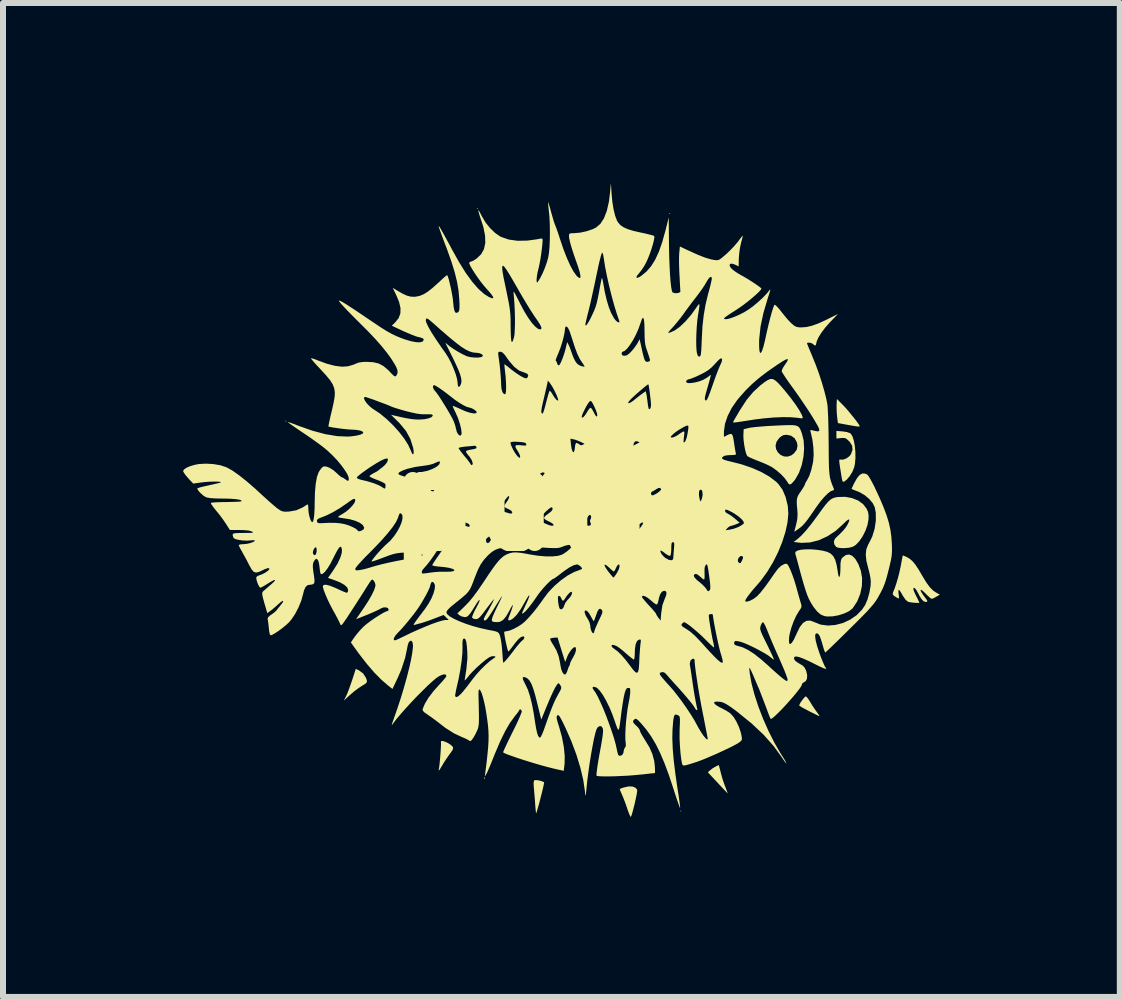
<source format=kicad_pcb>
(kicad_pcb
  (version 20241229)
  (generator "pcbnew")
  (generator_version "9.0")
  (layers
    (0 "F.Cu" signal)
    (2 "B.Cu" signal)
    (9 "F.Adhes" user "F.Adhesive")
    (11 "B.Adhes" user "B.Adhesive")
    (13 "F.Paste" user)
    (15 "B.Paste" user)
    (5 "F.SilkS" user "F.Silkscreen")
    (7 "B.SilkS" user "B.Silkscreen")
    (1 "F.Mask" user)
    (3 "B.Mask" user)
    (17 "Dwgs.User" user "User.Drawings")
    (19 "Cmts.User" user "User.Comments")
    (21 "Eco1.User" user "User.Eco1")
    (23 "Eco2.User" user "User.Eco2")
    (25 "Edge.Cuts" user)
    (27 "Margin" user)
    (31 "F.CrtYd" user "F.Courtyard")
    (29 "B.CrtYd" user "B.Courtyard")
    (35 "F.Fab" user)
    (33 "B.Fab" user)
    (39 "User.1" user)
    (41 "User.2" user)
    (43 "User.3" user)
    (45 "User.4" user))
  (footprint "puffy"
    (layer "F.Cu")
    (at 6.295 5.291)
    (property "Reference" "puffy" (at 0 0 0) (layer "F.SilkS") (effects (font (size 1.524 1.524) (thickness 0.3))))
    (attr board_only exclude_from_pos_files exclude_from_bom)
    (fp_poly (pts (xy -4.574 -1.325) (xy -4.582 -1.316) (xy -4.591 -1.325) (xy -4.582 -1.333)) (stroke (width 0) (type solid)) (fill yes) (layer "F.SilkS"))
    (fp_poly (pts (xy -1.384 -4.869) (xy -1.392 -4.861) (xy -1.401 -4.869) (xy -1.392 -4.877)) (stroke (width 0) (type solid)) (fill yes) (layer "F.SilkS"))
    (fp_poly (pts (xy 1.823 -4.785) (xy 1.814 -4.776) (xy 1.806 -4.785) (xy 1.814 -4.793)) (stroke (width 0) (type solid)) (fill yes) (layer "F.SilkS"))
    (fp_poly (pts (xy 2.008 5.173) (xy 2 5.181) (xy 1.991 5.173) (xy 2 5.164)) (stroke (width 0) (type solid)) (fill yes) (layer "F.SilkS"))
    (fp_poly (pts (xy -1.271 4.613) (xy -1.269 4.633) (xy -1.271 4.636) (xy -1.281 4.633) (xy -1.283 4.624) (xy -1.276 4.61)) (stroke (width 0) (type solid)) (fill yes) (layer "F.SilkS"))
    (fp_poly (pts (xy -3.362 2.83) (xy -3.295 2.88) (xy -3.248 2.952) (xy -3.234 2.99) (xy -3.231 3.017) (xy -3.242 3.038) (xy -3.271 3.061) (xy -3.312 3.085) (xy -3.369 3.122) (xy -3.436 3.172) (xy -3.5 3.226) (xy -3.508 3.233) (xy -3.616 3.331) (xy -3.579 3.259) (xy -3.558 3.213) (xy -3.532 3.145) (xy -3.503 3.064) (xy -3.479 2.995) (xy -3.417 2.804)) (stroke (width 0) (type solid)) (fill yes) (layer "F.SilkS"))
    (fp_poly (pts (xy 4.699 -1.593) (xy 4.742 -1.548) (xy 4.791 -1.491) (xy 4.843 -1.428) (xy 4.893 -1.366) (xy 4.935 -1.311) (xy 4.965 -1.268) (xy 4.979 -1.243) (xy 4.979 -1.241) (xy 4.973 -1.235) (xy 4.952 -1.234) (xy 4.912 -1.239) (xy 4.847 -1.25) (xy 4.768 -1.264) (xy 4.616 -1.292) (xy 4.603 -1.393) (xy 4.596 -1.471) (xy 4.594 -1.555) (xy 4.594 -1.593) (xy 4.599 -1.693)) (stroke (width 0) (type solid)) (fill yes) (layer "F.SilkS"))
    (fp_poly (pts (xy 2.649 4.472) (xy 2.665 4.535) (xy 2.682 4.598) (xy 2.683 4.603) (xy 2.698 4.653) (xy 2.721 4.719) (xy 2.741 4.772) (xy 2.761 4.825) (xy 2.775 4.863) (xy 2.779 4.877) (xy 2.779 4.877) (xy 2.767 4.866) (xy 2.737 4.834) (xy 2.691 4.786) (xy 2.635 4.726) (xy 2.613 4.702) (xy 2.449 4.527) (xy 2.486 4.493) (xy 2.528 4.461) (xy 2.577 4.432) (xy 2.577 4.432) (xy 2.631 4.405)) (stroke (width 0) (type solid)) (fill yes) (layer "F.SilkS"))
    (fp_poly (pts (xy 4.096 3.272) (xy 4.122 3.305) (xy 4.148 3.345) (xy 4.188 3.412) (xy 4.236 3.483) (xy 4.259 3.515) (xy 4.289 3.556) (xy 4.307 3.584) (xy 4.308 3.592) (xy 4.288 3.584) (xy 4.246 3.563) (xy 4.187 3.534) (xy 4.135 3.508) (xy 4.069 3.473) (xy 4.015 3.444) (xy 3.981 3.422) (xy 3.971 3.414) (xy 3.978 3.392) (xy 3.999 3.355) (xy 4.028 3.315) (xy 4.057 3.28) (xy 4.077 3.262) (xy 4.078 3.262)) (stroke (width 0) (type solid)) (fill yes) (layer "F.SilkS"))
    (fp_poly (pts (xy -1.932 4.016) (xy -1.888 4.036) (xy -1.845 4.062) (xy -1.812 4.09) (xy -1.8 4.104) (xy -1.795 4.125) (xy -1.805 4.155) (xy -1.835 4.2) (xy -1.852 4.222) (xy -1.897 4.286) (xy -1.947 4.362) (xy -1.983 4.422) (xy -2.01 4.468) (xy -2.029 4.493) (xy -2.036 4.494) (xy -2.036 4.489) (xy -2.028 4.444) (xy -2.02 4.379) (xy -2.013 4.302) (xy -2.006 4.222) (xy -2.001 4.146) (xy -1.998 4.081) (xy -1.997 4.037) (xy -1.999 4.022) (xy -1.995 4.006) (xy -1.971 4.005)) (stroke (width 0) (type solid)) (fill yes) (layer "F.SilkS"))
    (fp_poly (pts (xy -0.369 4.662) (xy -0.322 4.674) (xy -0.286 4.689) (xy -0.279 4.694) (xy -0.281 4.712) (xy -0.29 4.755) (xy -0.304 4.817) (xy -0.323 4.892) (xy -0.343 4.971) (xy -0.363 5.049) (xy -0.383 5.119) (xy -0.398 5.173) (xy -0.409 5.205) (xy -0.412 5.211) (xy -0.415 5.198) (xy -0.42 5.157) (xy -0.425 5.098) (xy -0.428 5.059) (xy -0.434 4.972) (xy -0.442 4.881) (xy -0.448 4.802) (xy -0.45 4.787) (xy -0.454 4.718) (xy -0.451 4.677) (xy -0.44 4.659) (xy -0.413 4.656)) (stroke (width 0) (type solid)) (fill yes) (layer "F.SilkS"))
    (fp_poly (pts (xy 1.196 4.764) (xy 1.247 4.786) (xy 1.272 4.819) (xy 1.271 4.843) (xy 1.264 4.892) (xy 1.25 4.958) (xy 1.234 5.033) (xy 1.215 5.109) (xy 1.197 5.178) (xy 1.181 5.233) (xy 1.168 5.265) (xy 1.166 5.27) (xy 1.156 5.261) (xy 1.14 5.225) (xy 1.119 5.171) (xy 1.107 5.135) (xy 1.08 5.055) (xy 1.05 4.976) (xy 1.023 4.911) (xy 1.017 4.897) (xy 0.996 4.849) (xy 0.983 4.815) (xy 0.981 4.804) (xy 1 4.797) (xy 1.037 4.783) (xy 1.048 4.78) (xy 1.128 4.762)) (stroke (width 0) (type solid)) (fill yes) (layer "F.SilkS"))
    (fp_poly (pts (xy 3.565 -2.008) (xy 3.612 -1.968) (xy 3.67 -1.905) (xy 3.736 -1.827) (xy 3.833 -1.706) (xy 3.913 -1.597) (xy 3.973 -1.505) (xy 4.013 -1.432) (xy 4.025 -1.402) (xy 4.03 -1.381) (xy 4.022 -1.372) (xy 3.994 -1.372) (xy 3.946 -1.379) (xy 3.837 -1.389) (xy 3.703 -1.391) (xy 3.551 -1.385) (xy 3.388 -1.371) (xy 3.223 -1.351) (xy 3.174 -1.343) (xy 3.065 -1.326) (xy 2.986 -1.314) (xy 2.931 -1.306) (xy 2.896 -1.302) (xy 2.878 -1.302) (xy 2.87 -1.304) (xy 2.87 -1.31) (xy 2.872 -1.314) (xy 2.882 -1.333) (xy 2.906 -1.375) (xy 2.941 -1.434) (xy 2.983 -1.506) (xy 2.996 -1.526) (xy 3.097 -1.681) (xy 3.205 -1.81) (xy 3.327 -1.923) (xy 3.397 -1.976) (xy 3.446 -2.008) (xy 3.487 -2.026) (xy 3.525 -2.026)) (stroke (width 0) (type solid)) (fill yes) (layer "F.SilkS"))
    (fp_poly (pts (xy 4.696 -1.153) (xy 4.767 -1.142) (xy 4.816 -1.125) (xy 4.83 -1.116) (xy 4.859 -1.069) (xy 4.882 -0.997) (xy 4.898 -0.908) (xy 4.907 -0.809) (xy 4.908 -0.709) (xy 4.9 -0.615) (xy 4.886 -0.551) (xy 4.856 -0.478) (xy 4.813 -0.408) (xy 4.764 -0.35) (xy 4.725 -0.32) (xy 4.703 -0.313) (xy 4.69 -0.329) (xy 4.684 -0.358) (xy 4.676 -0.401) (xy 4.666 -0.465) (xy 4.654 -0.538) (xy 4.652 -0.553) (xy 4.642 -0.621) (xy 4.638 -0.661) (xy 4.64 -0.681) (xy 4.649 -0.685) (xy 4.66 -0.683) (xy 4.705 -0.683) (xy 4.759 -0.704) (xy 4.807 -0.739) (xy 4.834 -0.774) (xy 4.86 -0.849) (xy 4.853 -0.915) (xy 4.813 -0.979) (xy 4.801 -0.991) (xy 4.762 -1.027) (xy 4.73 -1.043) (xy 4.689 -1.044) (xy 4.666 -1.042) (xy 4.591 -1.034) (xy 4.591 -1.161)) (stroke (width 0) (type solid)) (fill yes) (layer "F.SilkS"))
    (fp_poly (pts (xy 4.852 -0.042) (xy 4.954 -0.001) (xy 5.036 0.059) (xy 5.094 0.135) (xy 5.118 0.19) (xy 5.127 0.243) (xy 5.126 0.31) (xy 5.126 0.312) (xy 5.109 0.405) (xy 5.075 0.502) (xy 5.028 0.595) (xy 4.973 0.676) (xy 4.914 0.738) (xy 4.865 0.768) (xy 4.811 0.783) (xy 4.744 0.791) (xy 4.677 0.792) (xy 4.62 0.785) (xy 4.587 0.772) (xy 4.555 0.728) (xy 4.549 0.677) (xy 4.571 0.63) (xy 4.578 0.623) (xy 4.653 0.552) (xy 4.708 0.495) (xy 4.747 0.447) (xy 4.775 0.402) (xy 4.779 0.395) (xy 4.803 0.342) (xy 4.806 0.316) (xy 4.789 0.316) (xy 4.754 0.341) (xy 4.713 0.382) (xy 4.584 0.5) (xy 4.444 0.593) (xy 4.299 0.66) (xy 4.152 0.697) (xy 4.007 0.704) (xy 3.969 0.7) (xy 3.879 0.689) (xy 3.939 0.644) (xy 4.005 0.585) (xy 4.085 0.498) (xy 4.175 0.387) (xy 4.274 0.254) (xy 4.286 0.237) (xy 4.355 0.141) (xy 4.41 0.069) (xy 4.454 0.018) (xy 4.493 -0.017) (xy 4.53 -0.039) (xy 4.57 -0.052) (xy 4.616 -0.06) (xy 4.616 -0.06) (xy 4.738 -0.063)) (stroke (width 0) (type solid)) (fill yes) (layer "F.SilkS"))
    (fp_poly (pts (xy 4.173 0.812) (xy 4.27 0.82) (xy 4.362 0.834) (xy 4.438 0.854) (xy 4.496 0.883) (xy 4.539 0.926) (xy 4.571 0.987) (xy 4.595 1.073) (xy 4.614 1.186) (xy 4.616 1.203) (xy 4.626 1.254) (xy 4.636 1.273) (xy 4.645 1.264) (xy 4.653 1.228) (xy 4.657 1.167) (xy 4.658 1.125) (xy 4.659 1.052) (xy 4.665 1.003) (xy 4.675 0.972) (xy 4.692 0.949) (xy 4.747 0.907) (xy 4.802 0.898) (xy 4.857 0.921) (xy 4.908 0.974) (xy 4.956 1.057) (xy 4.997 1.165) (xy 5.019 1.288) (xy 5.016 1.421) (xy 4.988 1.554) (xy 4.938 1.679) (xy 4.867 1.787) (xy 4.859 1.797) (xy 4.802 1.842) (xy 4.722 1.88) (xy 4.629 1.91) (xy 4.532 1.928) (xy 4.442 1.931) (xy 4.391 1.924) (xy 4.331 1.899) (xy 4.273 1.851) (xy 4.213 1.776) (xy 4.192 1.744) (xy 4.16 1.691) (xy 4.131 1.635) (xy 4.104 1.571) (xy 4.077 1.493) (xy 4.047 1.396) (xy 4.012 1.274) (xy 3.989 1.19) (xy 3.964 1.095) (xy 3.941 1.01) (xy 3.922 0.941) (xy 3.909 0.894) (xy 3.904 0.876) (xy 3.912 0.851) (xy 3.947 0.831) (xy 4.006 0.818) (xy 4.083 0.812)) (stroke (width 0) (type solid)) (fill yes) (layer "F.SilkS"))
    (fp_poly (pts (xy 3.859 -1.258) (xy 3.91 -1.252) (xy 3.945 -1.24) (xy 3.97 -1.22) (xy 3.988 -1.191) (xy 4.004 -1.151) (xy 4.016 -1.119) (xy 4.045 -1.002) (xy 4.053 -0.869) (xy 4.042 -0.729) (xy 4.013 -0.591) (xy 3.967 -0.463) (xy 3.906 -0.355) (xy 3.886 -0.329) (xy 3.846 -0.285) (xy 3.818 -0.268) (xy 3.796 -0.277) (xy 3.774 -0.311) (xy 3.773 -0.313) (xy 3.731 -0.372) (xy 3.669 -0.438) (xy 3.595 -0.502) (xy 3.52 -0.556) (xy 3.51 -0.562) (xy 3.459 -0.588) (xy 3.389 -0.62) (xy 3.31 -0.652) (xy 3.275 -0.665) (xy 3.206 -0.693) (xy 3.15 -0.718) (xy 3.113 -0.738) (xy 3.103 -0.746) (xy 3.085 -0.789) (xy 3.068 -0.856) (xy 3.057 -0.915) (xy 3.577 -0.915) (xy 3.587 -0.855) (xy 3.617 -0.802) (xy 3.661 -0.761) (xy 3.717 -0.736) (xy 3.779 -0.733) (xy 3.842 -0.755) (xy 3.884 -0.787) (xy 3.93 -0.848) (xy 3.943 -0.915) (xy 3.932 -0.972) (xy 3.894 -1.04) (xy 3.834 -1.082) (xy 3.76 -1.097) (xy 3.709 -1.091) (xy 3.667 -1.068) (xy 3.635 -1.04) (xy 3.592 -0.978) (xy 3.577 -0.915) (xy 3.057 -0.915) (xy 3.054 -0.933) (xy 3.044 -1.012) (xy 3.041 -1.079) (xy 3.041 -1.089) (xy 3.046 -1.19) (xy 3.131 -1.211) (xy 3.173 -1.218) (xy 3.243 -1.226) (xy 3.333 -1.234) (xy 3.437 -1.242) (xy 3.549 -1.248) (xy 3.568 -1.249) (xy 3.693 -1.255) (xy 3.788 -1.258)) (stroke (width 0) (type solid)) (fill yes) (layer "F.SilkS"))
    (fp_poly (pts (xy 5.713 0.918) (xy 5.749 0.934) (xy 5.769 0.943) (xy 5.817 0.973) (xy 5.862 1.013) (xy 5.908 1.069) (xy 5.959 1.146) (xy 6.019 1.248) (xy 6.023 1.255) (xy 6.089 1.364) (xy 6.149 1.445) (xy 6.208 1.503) (xy 6.267 1.541) (xy 6.314 1.566) (xy 6.256 1.601) (xy 6.215 1.624) (xy 6.184 1.636) (xy 6.179 1.637) (xy 6.159 1.626) (xy 6.124 1.595) (xy 6.08 1.553) (xy 6.076 1.548) (xy 6.029 1.503) (xy 6 1.485) (xy 5.992 1.492) (xy 6.004 1.523) (xy 6.038 1.575) (xy 6.05 1.591) (xy 6.087 1.641) (xy 6.105 1.67) (xy 6.104 1.684) (xy 6.087 1.688) (xy 6.078 1.688) (xy 6.047 1.679) (xy 6.015 1.649) (xy 5.979 1.594) (xy 5.951 1.54) (xy 5.92 1.486) (xy 5.895 1.456) (xy 5.879 1.453) (xy 5.873 1.474) (xy 5.88 1.5) (xy 5.899 1.546) (xy 5.924 1.597) (xy 5.949 1.648) (xy 5.967 1.685) (xy 5.974 1.7) (xy 5.96 1.704) (xy 5.923 1.704) (xy 5.875 1.701) (xy 5.828 1.695) (xy 5.791 1.687) (xy 5.786 1.686) (xy 5.745 1.654) (xy 5.702 1.592) (xy 5.693 1.577) (xy 5.666 1.529) (xy 5.643 1.496) (xy 5.631 1.485) (xy 5.624 1.5) (xy 5.625 1.538) (xy 5.628 1.562) (xy 5.634 1.608) (xy 5.631 1.628) (xy 5.619 1.628) (xy 5.609 1.623) (xy 5.558 1.592) (xy 5.533 1.568) (xy 5.53 1.543) (xy 5.542 1.51) (xy 5.564 1.456) (xy 5.59 1.378) (xy 5.617 1.286) (xy 5.642 1.188) (xy 5.662 1.094) (xy 5.671 1.046) (xy 5.682 0.985) (xy 5.691 0.939) (xy 5.697 0.916) (xy 5.697 0.914)) (stroke (width 0) (type solid)) (fill yes) (layer "F.SilkS"))
    (fp_poly (pts (xy 0.845 -5.112) (xy 0.858 -4.977) (xy 0.878 -4.853) (xy 0.904 -4.747) (xy 0.935 -4.666) (xy 0.952 -4.637) (xy 0.99 -4.592) (xy 1.043 -4.555) (xy 1.114 -4.523) (xy 1.209 -4.494) (xy 1.332 -4.466) (xy 1.412 -4.449) (xy 1.481 -4.432) (xy 1.531 -4.419) (xy 1.555 -4.41) (xy 1.555 -4.409) (xy 1.558 -4.386) (xy 1.55 -4.338) (xy 1.534 -4.273) (xy 1.511 -4.197) (xy 1.484 -4.117) (xy 1.454 -4.041) (xy 1.425 -3.975) (xy 1.388 -3.907) (xy 1.345 -3.842) (xy 1.307 -3.794) (xy 1.307 -3.793) (xy 1.269 -3.747) (xy 1.257 -3.718) (xy 1.272 -3.711) (xy 1.31 -3.726) (xy 1.342 -3.747) (xy 1.428 -3.818) (xy 1.504 -3.906) (xy 1.572 -4.015) (xy 1.633 -4.147) (xy 1.689 -4.307) (xy 1.742 -4.497) (xy 1.745 -4.507) (xy 1.797 -4.719) (xy 1.8 -4.389) (xy 1.802 -4.209) (xy 1.806 -4.041) (xy 1.812 -3.89) (xy 1.819 -3.757) (xy 1.828 -3.645) (xy 1.838 -3.558) (xy 1.849 -3.498) (xy 1.861 -3.469) (xy 1.862 -3.468) (xy 1.894 -3.457) (xy 1.935 -3.456) (xy 1.971 -3.464) (xy 1.99 -3.479) (xy 1.991 -3.483) (xy 1.99 -3.506) (xy 1.987 -3.556) (xy 1.983 -3.627) (xy 1.979 -3.712) (xy 1.976 -3.755) (xy 1.972 -3.855) (xy 1.969 -3.954) (xy 1.969 -4.042) (xy 1.971 -4.108) (xy 1.972 -4.121) (xy 1.983 -4.234) (xy 2.127 -4.166) (xy 2.276 -4.099) (xy 2.399 -4.05) (xy 2.5 -4.02) (xy 2.551 -4.01) (xy 2.588 -4.005) (xy 2.617 -4.007) (xy 2.645 -4.018) (xy 2.68 -4.043) (xy 2.73 -4.086) (xy 2.754 -4.106) (xy 2.819 -4.168) (xy 2.885 -4.237) (xy 2.94 -4.301) (xy 2.953 -4.317) (xy 2.989 -4.366) (xy 3.017 -4.401) (xy 3.031 -4.417) (xy 3.032 -4.417) (xy 3.029 -4.4) (xy 3.02 -4.359) (xy 3.004 -4.303) (xy 3.002 -4.295) (xy 2.985 -4.216) (xy 2.972 -4.124) (xy 2.965 -4.04) (xy 2.962 -3.902) (xy 2.916 -3.926) (xy 2.861 -3.947) (xy 2.824 -3.946) (xy 2.81 -3.927) (xy 2.821 -3.893) (xy 2.844 -3.865) (xy 2.884 -3.831) (xy 2.94 -3.793) (xy 2.99 -3.763) (xy 3.05 -3.73) (xy 3.117 -3.69) (xy 3.185 -3.647) (xy 3.247 -3.606) (xy 3.298 -3.57) (xy 3.332 -3.544) (xy 3.342 -3.532) (xy 3.329 -3.51) (xy 3.293 -3.471) (xy 3.24 -3.422) (xy 3.175 -3.366) (xy 3.102 -3.307) (xy 3.027 -3.25) (xy 2.954 -3.199) (xy 2.905 -3.167) (xy 2.835 -3.123) (xy 2.777 -3.084) (xy 2.736 -3.054) (xy 2.718 -3.037) (xy 2.717 -3.036) (xy 2.731 -3.023) (xy 2.769 -3.024) (xy 2.825 -3.038) (xy 2.894 -3.063) (xy 2.97 -3.096) (xy 3.049 -3.136) (xy 3.118 -3.178) (xy 3.197 -3.234) (xy 3.28 -3.303) (xy 3.361 -3.377) (xy 3.43 -3.449) (xy 3.473 -3.502) (xy 3.486 -3.517) (xy 3.49 -3.512) (xy 3.483 -3.484) (xy 3.466 -3.429) (xy 3.443 -3.358) (xy 3.374 -3.123) (xy 3.327 -2.901) (xy 3.305 -2.695) (xy 3.303 -2.651) (xy 3.304 -2.555) (xy 3.309 -2.492) (xy 3.319 -2.462) (xy 3.334 -2.463) (xy 3.352 -2.496) (xy 3.374 -2.561) (xy 3.398 -2.657) (xy 3.414 -2.73) (xy 3.438 -2.838) (xy 3.463 -2.944) (xy 3.488 -3.043) (xy 3.512 -3.131) (xy 3.534 -3.201) (xy 3.551 -3.247) (xy 3.56 -3.263) (xy 3.576 -3.257) (xy 3.606 -3.228) (xy 3.646 -3.182) (xy 3.675 -3.145) (xy 3.728 -3.079) (xy 3.782 -3.015) (xy 3.83 -2.964) (xy 3.846 -2.949) (xy 3.891 -2.912) (xy 3.93 -2.893) (xy 3.977 -2.886) (xy 4.005 -2.886) (xy 4.09 -2.892) (xy 4.181 -2.913) (xy 4.284 -2.949) (xy 4.405 -3.004) (xy 4.447 -3.025) (xy 4.616 -3.109) (xy 4.479 -2.967) (xy 4.405 -2.883) (xy 4.341 -2.798) (xy 4.292 -2.719) (xy 4.262 -2.652) (xy 4.253 -2.609) (xy 4.244 -2.585) (xy 4.222 -2.589) (xy 4.202 -2.608) (xy 4.177 -2.624) (xy 4.143 -2.632) (xy 4.113 -2.632) (xy 4.101 -2.622) (xy 4.107 -2.603) (xy 4.125 -2.559) (xy 4.151 -2.496) (xy 4.183 -2.42) (xy 4.194 -2.393) (xy 4.249 -2.257) (xy 4.302 -2.111) (xy 4.35 -1.963) (xy 4.391 -1.821) (xy 4.423 -1.694) (xy 4.44 -1.605) (xy 4.445 -1.557) (xy 4.449 -1.48) (xy 4.454 -1.38) (xy 4.457 -1.263) (xy 4.46 -1.133) (xy 4.461 -0.998) (xy 4.462 -0.955) (xy 4.463 -0.803) (xy 4.464 -0.68) (xy 4.466 -0.581) (xy 4.47 -0.502) (xy 4.476 -0.438) (xy 4.484 -0.384) (xy 4.496 -0.337) (xy 4.511 -0.291) (xy 4.53 -0.241) (xy 4.548 -0.198) (xy 4.55 -0.175) (xy 4.529 -0.169) (xy 4.493 -0.155) (xy 4.444 -0.116) (xy 4.385 -0.057) (xy 4.321 0.019) (xy 4.256 0.108) (xy 4.234 0.14) (xy 4.166 0.239) (xy 4.112 0.315) (xy 4.068 0.371) (xy 4.029 0.414) (xy 3.992 0.447) (xy 3.959 0.471) (xy 3.888 0.52) (xy 3.92 0.399) (xy 3.939 0.309) (xy 3.944 0.228) (xy 3.94 0.16) (xy 3.932 0.073) (xy 3.93 0.011) (xy 3.935 -0.036) (xy 3.949 -0.077) (xy 3.974 -0.12) (xy 3.998 -0.154) (xy 4.032 -0.206) (xy 4.057 -0.248) (xy 4.067 -0.272) (xy 4.067 -0.273) (xy 4.076 -0.298) (xy 4.098 -0.334) (xy 4.099 -0.335) (xy 4.137 -0.407) (xy 4.171 -0.506) (xy 4.198 -0.625) (xy 4.204 -0.659) (xy 4.212 -0.764) (xy 4.207 -0.885) (xy 4.192 -1.008) (xy 4.169 -1.113) (xy 4.159 -1.153) (xy 4.157 -1.175) (xy 4.157 -1.176) (xy 4.175 -1.175) (xy 4.213 -1.166) (xy 4.225 -1.163) (xy 4.278 -1.153) (xy 4.304 -1.161) (xy 4.305 -1.189) (xy 4.287 -1.232) (xy 4.247 -1.303) (xy 4.192 -1.395) (xy 4.124 -1.502) (xy 4.047 -1.617) (xy 3.967 -1.735) (xy 3.886 -1.849) (xy 3.848 -1.901) (xy 3.792 -1.979) (xy 3.744 -2.049) (xy 3.707 -2.106) (xy 3.684 -2.145) (xy 3.679 -2.159) (xy 3.689 -2.19) (xy 3.713 -2.234) (xy 3.73 -2.259) (xy 3.767 -2.313) (xy 3.783 -2.346) (xy 3.776 -2.359) (xy 3.747 -2.35) (xy 3.694 -2.321) (xy 3.616 -2.27) (xy 3.599 -2.259) (xy 3.438 -2.147) (xy 3.302 -2.043) (xy 3.184 -1.941) (xy 3.077 -1.835) (xy 2.976 -1.721) (xy 2.935 -1.671) (xy 2.847 -1.544) (xy 2.779 -1.411) (xy 2.735 -1.281) (xy 2.717 -1.158) (xy 2.717 -1.144) (xy 2.717 -1.062) (xy 2.767 -1.088) (xy 2.81 -1.108) (xy 2.839 -1.111) (xy 2.858 -1.094) (xy 2.871 -1.051) (xy 2.883 -0.98) (xy 2.884 -0.975) (xy 2.894 -0.905) (xy 2.904 -0.844) (xy 2.912 -0.803) (xy 2.914 -0.797) (xy 2.917 -0.775) (xy 2.907 -0.764) (xy 2.876 -0.76) (xy 2.836 -0.759) (xy 2.779 -0.756) (xy 2.732 -0.748) (xy 2.716 -0.742) (xy 2.687 -0.72) (xy 2.687 -0.699) (xy 2.719 -0.68) (xy 2.784 -0.661) (xy 2.823 -0.652) (xy 3.009 -0.605) (xy 3.184 -0.545) (xy 3.341 -0.476) (xy 3.477 -0.398) (xy 3.586 -0.315) (xy 3.623 -0.278) (xy 3.692 -0.183) (xy 3.744 -0.062) (xy 3.78 0.085) (xy 3.781 0.09) (xy 3.79 0.218) (xy 3.776 0.364) (xy 3.741 0.523) (xy 3.688 0.69) (xy 3.619 0.86) (xy 3.535 1.027) (xy 3.439 1.186) (xy 3.332 1.333) (xy 3.274 1.401) (xy 3.203 1.482) (xy 3.145 1.554) (xy 3.101 1.613) (xy 3.076 1.655) (xy 3.07 1.678) (xy 3.072 1.679) (xy 3.105 1.683) (xy 3.154 1.667) (xy 3.21 1.638) (xy 3.263 1.598) (xy 3.27 1.592) (xy 3.325 1.534) (xy 3.393 1.448) (xy 3.473 1.338) (xy 3.552 1.224) (xy 3.613 1.141) (xy 3.668 1.087) (xy 3.721 1.058) (xy 3.731 1.055) (xy 3.755 1.052) (xy 3.773 1.06) (xy 3.791 1.085) (xy 3.814 1.132) (xy 3.827 1.161) (xy 3.855 1.231) (xy 3.886 1.319) (xy 3.914 1.41) (xy 3.924 1.445) (xy 3.946 1.526) (xy 3.968 1.604) (xy 3.986 1.667) (xy 3.993 1.691) (xy 4.007 1.738) (xy 4.009 1.77) (xy 3.995 1.801) (xy 3.968 1.84) (xy 3.923 1.915) (xy 3.879 2.011) (xy 3.841 2.115) (xy 3.814 2.214) (xy 3.803 2.276) (xy 3.8 2.345) (xy 3.807 2.383) (xy 3.824 2.39) (xy 3.849 2.368) (xy 3.882 2.316) (xy 3.92 2.235) (xy 3.932 2.207) (xy 3.982 2.106) (xy 4.035 2.038) (xy 4.093 2.003) (xy 4.156 1.999) (xy 4.219 2.023) (xy 4.328 2.066) (xy 4.449 2.082) (xy 4.574 2.072) (xy 4.7 2.039) (xy 4.819 1.984) (xy 4.927 1.91) (xy 5.017 1.818) (xy 5.07 1.739) (xy 5.109 1.647) (xy 5.14 1.537) (xy 5.16 1.424) (xy 5.164 1.349) (xy 5.159 1.296) (xy 5.146 1.224) (xy 5.127 1.148) (xy 5.122 1.131) (xy 5.091 1.005) (xy 5.08 0.9) (xy 5.089 0.812) (xy 5.119 0.735) (xy 5.131 0.714) (xy 5.188 0.599) (xy 5.228 0.469) (xy 5.248 0.334) (xy 5.247 0.203) (xy 5.23 0.111) (xy 5.197 0.043) (xy 5.139 -0.026) (xy 5.065 -0.089) (xy 4.981 -0.138) (xy 4.945 -0.153) (xy 4.893 -0.173) (xy 4.856 -0.189) (xy 4.844 -0.197) (xy 4.851 -0.214) (xy 4.869 -0.253) (xy 4.888 -0.292) (xy 4.935 -0.375) (xy 4.979 -0.428) (xy 5.022 -0.452) (xy 5.069 -0.45) (xy 5.1 -0.437) (xy 5.121 -0.415) (xy 5.152 -0.367) (xy 5.189 -0.299) (xy 5.231 -0.218) (xy 5.232 -0.214) (xy 5.313 -0.04) (xy 5.377 0.111) (xy 5.427 0.245) (xy 5.464 0.366) (xy 5.49 0.482) (xy 5.506 0.598) (xy 5.514 0.709) (xy 5.517 0.794) (xy 5.516 0.861) (xy 5.511 0.923) (xy 5.5 0.989) (xy 5.481 1.071) (xy 5.47 1.118) (xy 5.441 1.232) (xy 5.416 1.322) (xy 5.391 1.396) (xy 5.364 1.462) (xy 5.33 1.529) (xy 5.288 1.606) (xy 5.285 1.612) (xy 5.26 1.653) (xy 5.231 1.695) (xy 5.196 1.74) (xy 5.151 1.791) (xy 5.095 1.853) (xy 5.022 1.928) (xy 4.932 2.019) (xy 4.82 2.13) (xy 4.811 2.139) (xy 4.716 2.233) (xy 4.628 2.319) (xy 4.551 2.394) (xy 4.488 2.455) (xy 4.44 2.5) (xy 4.412 2.526) (xy 4.405 2.532) (xy 4.397 2.516) (xy 4.382 2.476) (xy 4.365 2.418) (xy 4.357 2.39) (xy 4.332 2.308) (xy 4.312 2.255) (xy 4.291 2.224) (xy 4.269 2.212) (xy 4.258 2.211) (xy 4.24 2.226) (xy 4.237 2.268) (xy 4.247 2.337) (xy 4.271 2.428) (xy 4.308 2.54) (xy 4.337 2.618) (xy 4.363 2.683) (xy 4.386 2.736) (xy 4.402 2.769) (xy 4.406 2.775) (xy 4.423 2.798) (xy 4.412 2.804) (xy 4.373 2.791) (xy 4.305 2.76) (xy 4.257 2.736) (xy 4.136 2.676) (xy 4.041 2.633) (xy 3.971 2.607) (xy 3.923 2.597) (xy 3.894 2.602) (xy 3.884 2.622) (xy 3.885 2.636) (xy 3.906 2.671) (xy 3.961 2.709) (xy 3.974 2.716) (xy 4.028 2.748) (xy 4.06 2.781) (xy 4.084 2.829) (xy 4.088 2.839) (xy 4.104 2.91) (xy 4.1 2.969) (xy 4.077 3.011) (xy 4.049 3.026) (xy 4.023 3.046) (xy 4.017 3.064) (xy 4.006 3.09) (xy 3.977 3.134) (xy 3.932 3.192) (xy 3.877 3.259) (xy 3.814 3.331) (xy 3.748 3.405) (xy 3.683 3.475) (xy 3.621 3.537) (xy 3.568 3.588) (xy 3.527 3.623) (xy 3.501 3.638) (xy 3.496 3.637) (xy 3.486 3.618) (xy 3.469 3.577) (xy 3.458 3.548) (xy 3.425 3.459) (xy 3.39 3.367) (xy 3.357 3.281) (xy 3.328 3.205) (xy 3.306 3.148) (xy 3.292 3.115) (xy 3.291 3.114) (xy 3.278 3.084) (xy 3.256 3.032) (xy 3.228 2.966) (xy 3.214 2.932) (xy 3.186 2.869) (xy 3.163 2.819) (xy 3.148 2.79) (xy 3.144 2.785) (xy 3.141 2.8) (xy 3.143 2.839) (xy 3.147 2.879) (xy 3.177 3.047) (xy 3.226 3.233) (xy 3.291 3.432) (xy 3.37 3.637) (xy 3.46 3.84) (xy 3.559 4.036) (xy 3.663 4.216) (xy 3.69 4.258) (xy 3.724 4.312) (xy 3.748 4.355) (xy 3.759 4.379) (xy 3.759 4.381) (xy 3.748 4.371) (xy 3.723 4.339) (xy 3.691 4.292) (xy 3.685 4.282) (xy 3.547 4.092) (xy 3.379 3.902) (xy 3.178 3.713) (xy 2.945 3.524) (xy 2.896 3.486) (xy 2.816 3.429) (xy 2.755 3.39) (xy 2.707 3.366) (xy 2.665 3.354) (xy 2.652 3.352) (xy 2.59 3.348) (xy 2.557 3.356) (xy 2.554 3.375) (xy 2.58 3.403) (xy 2.634 3.437) (xy 2.692 3.466) (xy 2.752 3.498) (xy 2.809 3.534) (xy 2.83 3.551) (xy 2.878 3.605) (xy 2.925 3.682) (xy 2.967 3.772) (xy 2.998 3.864) (xy 3.005 3.893) (xy 3.015 3.947) (xy 3.016 3.979) (xy 3.005 4.001) (xy 2.98 4.023) (xy 2.976 4.026) (xy 2.939 4.05) (xy 2.876 4.084) (xy 2.795 4.125) (xy 2.7 4.169) (xy 2.599 4.216) (xy 2.498 4.26) (xy 2.402 4.301) (xy 2.318 4.334) (xy 2.262 4.354) (xy 2.172 4.383) (xy 2.108 4.402) (xy 2.067 4.412) (xy 2.041 4.413) (xy 2.028 4.405) (xy 2.021 4.39) (xy 2.019 4.383) (xy 2.005 4.306) (xy 1.993 4.205) (xy 1.984 4.09) (xy 1.978 3.97) (xy 1.978 3.855) (xy 1.979 3.801) (xy 1.983 3.714) (xy 1.984 3.655) (xy 1.982 3.617) (xy 1.976 3.596) (xy 1.965 3.583) (xy 1.949 3.575) (xy 1.947 3.574) (xy 1.917 3.564) (xy 1.897 3.57) (xy 1.884 3.599) (xy 1.874 3.654) (xy 1.871 3.676) (xy 1.86 3.813) (xy 1.857 3.966) (xy 1.864 4.138) (xy 1.881 4.333) (xy 1.908 4.554) (xy 1.942 4.791) (xy 1.958 4.891) (xy 1.971 4.98) (xy 1.981 5.052) (xy 1.986 5.101) (xy 1.987 5.123) (xy 1.987 5.124) (xy 1.98 5.11) (xy 1.965 5.069) (xy 1.943 5.006) (xy 1.915 4.923) (xy 1.884 4.828) (xy 1.875 4.799) (xy 1.8 4.573) (xy 1.727 4.377) (xy 1.655 4.207) (xy 1.582 4.059) (xy 1.505 3.929) (xy 1.424 3.815) (xy 1.338 3.713) (xy 1.294 3.666) (xy 1.264 3.641) (xy 1.244 3.635) (xy 1.227 3.642) (xy 1.226 3.644) (xy 1.204 3.668) (xy 1.204 3.692) (xy 1.228 3.724) (xy 1.257 3.751) (xy 1.293 3.788) (xy 1.314 3.821) (xy 1.316 3.832) (xy 1.325 3.858) (xy 1.349 3.903) (xy 1.384 3.96) (xy 1.399 3.985) (xy 1.475 4.109) (xy 1.525 4.224) (xy 1.555 4.337) (xy 1.565 4.418) (xy 1.568 4.477) (xy 1.569 4.52) (xy 1.566 4.54) (xy 1.565 4.54) (xy 1.546 4.542) (xy 1.5 4.546) (xy 1.432 4.554) (xy 1.35 4.563) (xy 1.314 4.566) (xy 1.22 4.575) (xy 1.117 4.583) (xy 1.009 4.588) (xy 0.902 4.593) (xy 0.803 4.595) (xy 0.717 4.595) (xy 0.65 4.593) (xy 0.607 4.589) (xy 0.597 4.586) (xy 0.593 4.565) (xy 0.598 4.513) (xy 0.609 4.43) (xy 0.627 4.317) (xy 0.647 4.204) (xy 0.67 4.079) (xy 0.686 3.983) (xy 0.697 3.911) (xy 0.702 3.859) (xy 0.703 3.823) (xy 0.699 3.799) (xy 0.696 3.79) (xy 0.676 3.761) (xy 0.651 3.757) (xy 0.638 3.761) (xy 0.614 3.777) (xy 0.594 3.81) (xy 0.576 3.868) (xy 0.571 3.887) (xy 0.549 3.981) (xy 0.526 4.1) (xy 0.502 4.235) (xy 0.479 4.378) (xy 0.459 4.519) (xy 0.442 4.65) (xy 0.433 4.734) (xy 0.424 4.823) (xy 0.418 4.88) (xy 0.414 4.91) (xy 0.41 4.914) (xy 0.406 4.895) (xy 0.402 4.855) (xy 0.401 4.844) (xy 0.373 4.654) (xy 0.324 4.447) (xy 0.257 4.228) (xy 0.174 4.007) (xy 0.078 3.789) (xy 0.075 3.783) (xy 0.033 3.695) (xy 0.001 3.634) (xy -0.021 3.596) (xy -0.038 3.577) (xy -0.05 3.573) (xy -0.059 3.579) (xy -0.069 3.594) (xy -0.071 3.615) (xy -0.065 3.65) (xy -0.05 3.705) (xy -0.025 3.784) (xy 0.019 3.944) (xy 0.049 4.103) (xy 0.064 4.251) (xy 0.062 4.381) (xy 0.061 4.39) (xy 0.048 4.502) (xy -0.031 4.485) (xy -0.11 4.467) (xy -0.205 4.443) (xy -0.31 4.415) (xy -0.421 4.383) (xy -0.533 4.349) (xy -0.641 4.315) (xy -0.741 4.282) (xy -0.827 4.252) (xy -0.896 4.227) (xy -0.943 4.207) (xy -0.962 4.194) (xy -0.962 4.193) (xy -0.955 4.172) (xy -0.934 4.126) (xy -0.903 4.059) (xy -0.864 3.977) (xy -0.818 3.883) (xy -0.802 3.851) (xy -0.748 3.742) (xy -0.705 3.65) (xy -0.674 3.577) (xy -0.655 3.527) (xy -0.651 3.504) (xy -0.668 3.482) (xy -0.685 3.477) (xy -0.692 3.489) (xy -0.702 3.508) (xy -0.728 3.544) (xy -0.766 3.591) (xy -0.769 3.595) (xy -0.848 3.703) (xy -0.927 3.839) (xy -1.008 4.004) (xy -1.092 4.201) (xy -1.106 4.235) (xy -1.143 4.327) (xy -1.177 4.411) (xy -1.207 4.481) (xy -1.229 4.531) (xy -1.238 4.548) (xy -1.268 4.599) (xy -1.259 4.531) (xy -1.238 4.367) (xy -1.223 4.229) (xy -1.212 4.113) (xy -1.206 4.013) (xy -1.204 3.923) (xy -1.207 3.837) (xy -1.214 3.749) (xy -1.226 3.654) (xy -1.241 3.553) (xy -1.258 3.45) (xy -1.278 3.357) (xy -1.298 3.278) (xy -1.318 3.214) (xy -1.337 3.17) (xy -1.353 3.148) (xy -1.365 3.15) (xy -1.372 3.18) (xy -1.373 3.233) (xy -1.369 3.38) (xy -1.367 3.496) (xy -1.365 3.587) (xy -1.365 3.657) (xy -1.367 3.71) (xy -1.371 3.749) (xy -1.377 3.78) (xy -1.385 3.806) (xy -1.395 3.831) (xy -1.397 3.836) (xy -1.426 3.895) (xy -1.457 3.95) (xy -1.47 3.968) (xy -1.495 4) (xy -1.514 4.007) (xy -1.533 3.995) (xy -1.565 3.976) (xy -1.615 3.953) (xy -1.646 3.941) (xy -1.78 3.878) (xy -1.921 3.789) (xy -2.008 3.722) (xy -2.076 3.669) (xy -2.15 3.615) (xy -2.213 3.571) (xy -2.215 3.569) (xy -2.268 3.533) (xy -2.296 3.506) (xy -2.304 3.484) (xy -2.302 3.47) (xy -2.265 3.383) (xy -2.205 3.283) (xy -2.179 3.25) (xy -1.762 3.25) (xy -1.761 3.261) (xy -1.74 3.274) (xy -1.707 3.259) (xy -1.661 3.216) (xy -1.634 3.186) (xy -1.587 3.128) (xy -1.532 3.057) (xy -1.479 2.986) (xy -1.471 2.976) (xy -1.451 2.951) (xy -0.636 2.951) (xy -0.63 2.983) (xy -0.604 3.038) (xy -0.588 3.069) (xy -0.549 3.152) (xy -0.515 3.256) (xy -0.483 3.384) (xy -0.453 3.539) (xy -0.43 3.692) (xy -0.412 3.799) (xy -0.395 3.875) (xy -0.378 3.923) (xy -0.358 3.946) (xy -0.346 3.949) (xy -0.333 3.934) (xy -0.313 3.893) (xy -0.288 3.833) (xy -0.262 3.759) (xy -0.21 3.611) (xy -0.165 3.49) (xy -0.125 3.39) (xy -0.086 3.305) (xy -0.046 3.23) (xy -0.043 3.225) (xy -0.012 3.169) (xy 0.004 3.134) (xy 0.006 3.109) (xy 0.006 3.109) (xy 0.529 3.109) (xy 0.532 3.134) (xy 0.546 3.154) (xy 0.578 3.199) (xy 0.618 3.272) (xy 0.662 3.366) (xy 0.71 3.475) (xy 0.758 3.595) (xy 0.804 3.719) (xy 0.847 3.842) (xy 0.885 3.958) (xy 0.914 4.062) (xy 0.928 4.126) (xy 0.94 4.182) (xy 0.951 4.224) (xy 0.956 4.24) (xy 0.98 4.253) (xy 1.013 4.243) (xy 1.026 4.233) (xy 1.043 4.2) (xy 1.046 4.174) (xy 1.056 4.135) (xy 1.069 4.115) (xy 1.083 4.085) (xy 1.08 4.033) (xy 1.079 4.027) (xy 1.074 3.971) (xy 1.074 3.89) (xy 1.078 3.791) (xy 1.086 3.683) (xy 1.098 3.574) (xy 1.111 3.472) (xy 1.126 3.385) (xy 1.127 3.384) (xy 1.145 3.287) (xy 1.155 3.209) (xy 1.156 3.154) (xy 1.149 3.125) (xy 1.143 3.122) (xy 1.113 3.122) (xy 1.095 3.131) (xy 1.079 3.158) (xy 1.063 3.207) (xy 1.047 3.279) (xy 1.03 3.379) (xy 1.011 3.507) (xy 0.995 3.637) (xy 0.983 3.729) (xy 0.973 3.789) (xy 0.963 3.817) (xy 0.952 3.815) (xy 0.936 3.782) (xy 0.914 3.722) (xy 0.902 3.685) (xy 0.857 3.559) (xy 0.807 3.44) (xy 0.753 3.331) (xy 0.7 3.239) (xy 0.649 3.168) (xy 0.604 3.122) (xy 0.59 3.114) (xy 0.55 3.101) (xy 0.529 3.109) (xy 0.006 3.109) (xy -0.002 3.088) (xy -0.01 3.075) (xy -0.031 3.046) (xy -0.045 3.044) (xy -0.063 3.064) (xy -0.094 3.114) (xy -0.132 3.188) (xy -0.178 3.289) (xy -0.233 3.42) (xy -0.245 3.449) (xy -0.327 3.649) (xy -0.397 3.362) (xy -0.431 3.23) (xy -0.462 3.128) (xy -0.491 3.052) (xy -0.522 2.999) (xy -0.554 2.965) (xy -0.59 2.945) (xy -0.592 2.945) (xy -0.623 2.939) (xy -0.636 2.951) (xy -1.451 2.951) (xy -1.408 2.897) (xy -1.334 2.815) (xy -1.257 2.739) (xy -1.184 2.675) (xy -1.125 2.632) (xy -1.095 2.612) (xy -1.09 2.6) (xy -1.111 2.592) (xy -1.152 2.593) (xy -1.198 2.613) (xy -1.255 2.654) (xy -1.325 2.712) (xy -1.4 2.779) (xy -1.47 2.848) (xy -1.527 2.91) (xy -1.537 2.924) (xy -1.571 2.965) (xy -1.595 2.991) (xy -1.603 2.997) (xy -1.601 2.977) (xy -1.594 2.931) (xy -1.584 2.868) (xy -1.576 2.823) (xy -1.557 2.629) (xy -1.559 2.515) (xy -1.567 2.421) (xy -1.575 2.357) (xy -1.587 2.318) (xy -1.601 2.3) (xy -1.617 2.299) (xy -1.63 2.308) (xy -1.637 2.333) (xy -1.64 2.38) (xy -1.639 2.43) (xy -1.641 2.54) (xy -1.654 2.673) (xy -1.676 2.821) (xy -1.705 2.977) (xy -1.729 3.08) (xy -1.745 3.151) (xy -1.756 3.21) (xy -1.762 3.25) (xy -2.179 3.25) (xy -2.126 3.179) (xy -2.047 3.09) (xy -1.993 3.032) (xy -1.948 2.981) (xy -1.918 2.943) (xy -1.907 2.923) (xy -1.919 2.898) (xy -1.953 2.895) (xy -2.007 2.914) (xy -2.037 2.93) (xy -2.083 2.962) (xy -2.147 3.017) (xy -2.224 3.088) (xy -2.31 3.173) (xy -2.402 3.265) (xy -2.494 3.362) (xy -2.583 3.459) (xy -2.665 3.552) (xy -2.736 3.635) (xy -2.79 3.706) (xy -2.814 3.74) (xy -2.818 3.74) (xy -2.811 3.713) (xy -2.795 3.665) (xy -2.782 3.629) (xy -2.722 3.457) (xy -2.665 3.283) (xy -2.613 3.111) (xy -2.567 2.946) (xy -2.528 2.792) (xy -2.497 2.654) (xy -2.476 2.536) (xy -2.465 2.444) (xy -2.464 2.413) (xy -2.472 2.36) (xy -2.491 2.335) (xy -2.514 2.337) (xy -2.537 2.366) (xy -2.554 2.419) (xy -2.555 2.43) (xy -2.594 2.618) (xy -2.659 2.816) (xy -2.719 2.955) (xy -2.806 3.138) (xy -2.875 3.084) (xy -2.991 2.984) (xy -3.109 2.864) (xy -3.233 2.72) (xy -3.365 2.55) (xy -3.442 2.443) (xy -3.499 2.363) (xy -3.468 2.317) (xy -2.785 2.317) (xy -2.769 2.329) (xy -2.767 2.329) (xy -2.745 2.322) (xy -2.701 2.303) (xy -2.644 2.275) (xy -2.62 2.264) (xy -2.499 2.205) (xy -2.377 2.15) (xy -2.259 2.1) (xy -2.15 2.056) (xy -2.054 2.022) (xy -1.977 1.999) (xy -1.925 1.989) (xy -1.917 1.989) (xy -1.868 1.989) (xy -1.953 1.905) (xy -2.107 1.964) (xy -2.183 1.993) (xy -2.256 2.018) (xy -2.315 2.037) (xy -2.333 2.042) (xy -2.386 2.056) (xy -2.428 2.068) (xy -2.437 2.07) (xy -2.448 2.073) (xy -2.453 2.069) (xy -2.449 2.057) (xy -2.433 2.032) (xy -2.405 1.992) (xy -2.361 1.933) (xy -2.31 1.866) (xy -1.907 1.866) (xy -1.891 1.896) (xy -1.847 1.932) (xy -1.778 1.971) (xy -1.69 2.011) (xy -1.587 2.051) (xy -1.472 2.089) (xy -1.351 2.122) (xy -1.228 2.15) (xy -1.208 2.154) (xy -1.132 2.168) (xy -1.083 2.18) (xy -1.052 2.193) (xy -1.034 2.209) (xy -1.022 2.232) (xy -1.017 2.244) (xy -1.006 2.284) (xy -0.994 2.349) (xy -0.984 2.428) (xy -0.978 2.497) (xy -0.972 2.574) (xy -0.968 2.638) (xy -0.964 2.682) (xy -0.963 2.698) (xy -0.952 2.697) (xy -0.924 2.67) (xy -0.88 2.619) (xy -0.823 2.546) (xy -0.789 2.502) (xy -0.74 2.438) (xy -0.694 2.383) (xy -0.659 2.345) (xy -0.64 2.328) (xy -0.616 2.306) (xy -0.614 2.299) (xy -0.178 2.299) (xy -0.176 2.318) (xy -0.157 2.356) (xy -0.127 2.405) (xy -0.126 2.406) (xy -0.073 2.498) (xy -0.037 2.592) (xy -0.014 2.7) (xy -0.009 2.734) (xy 0.005 2.806) (xy 0.026 2.861) (xy 0.051 2.893) (xy 0.073 2.898) (xy 0.08 2.89) (xy 1.648 2.89) (xy 1.656 2.907) (xy 1.675 2.934) (xy 1.713 2.979) (xy 1.762 3.035) (xy 1.811 3.089) (xy 1.874 3.16) (xy 1.946 3.252) (xy 2.024 3.356) (xy 2.1 3.465) (xy 2.169 3.57) (xy 2.226 3.663) (xy 2.253 3.713) (xy 2.295 3.79) (xy 2.337 3.859) (xy 2.376 3.917) (xy 2.41 3.958) (xy 2.434 3.979) (xy 2.446 3.976) (xy 2.447 3.969) (xy 2.444 3.95) (xy 2.435 3.902) (xy 2.421 3.829) (xy 2.403 3.738) (xy 2.383 3.632) (xy 2.363 3.533) (xy 2.336 3.395) (xy 2.311 3.253) (xy 2.287 3.115) (xy 2.267 2.983) (xy 2.249 2.865) (xy 2.237 2.766) (xy 2.229 2.69) (xy 2.228 2.654) (xy 2.217 2.635) (xy 2.193 2.636) (xy 2.168 2.656) (xy 2.159 2.668) (xy 2.148 2.713) (xy 2.15 2.742) (xy 2.156 2.774) (xy 2.165 2.831) (xy 2.176 2.904) (xy 2.186 2.972) (xy 2.201 3.077) (xy 2.217 3.182) (xy 2.234 3.28) (xy 2.25 3.366) (xy 2.263 3.431) (xy 2.271 3.464) (xy 2.274 3.489) (xy 2.261 3.491) (xy 2.242 3.472) (xy 2.231 3.452) (xy 2.21 3.419) (xy 2.17 3.366) (xy 2.114 3.298) (xy 2.046 3.218) (xy 1.97 3.132) (xy 1.9 3.055) (xy 1.85 3) (xy 1.802 2.946) (xy 1.767 2.905) (xy 1.732 2.869) (xy 1.703 2.857) (xy 1.679 2.859) (xy 1.649 2.871) (xy 1.648 2.89) (xy 0.08 2.89) (xy 0.09 2.879) (xy 0.107 2.84) (xy 0.11 2.831) (xy 0.124 2.788) (xy 0.137 2.76) (xy 0.139 2.758) (xy 0.151 2.731) (xy 0.152 2.72) (xy 0.16 2.693) (xy 0.182 2.649) (xy 0.203 2.613) (xy 0.236 2.549) (xy 0.252 2.493) (xy 0.249 2.453) (xy 0.239 2.44) (xy 0.217 2.445) (xy 0.186 2.472) (xy 0.152 2.516) (xy 0.12 2.568) (xy 0.103 2.608) (xy 0.072 2.689) (xy 0.008 2.485) (xy -0.012 2.42) (xy 0.843 2.42) (xy 0.856 2.444) (xy 0.888 2.469) (xy 0.89 2.471) (xy 0.943 2.509) (xy 1.008 2.572) (xy 1.081 2.656) (xy 1.157 2.756) (xy 1.207 2.822) (xy 1.244 2.86) (xy 1.27 2.869) (xy 1.288 2.848) (xy 1.299 2.796) (xy 1.305 2.712) (xy 1.306 2.675) (xy 1.31 2.588) (xy 1.316 2.503) (xy 1.322 2.432) (xy 1.325 2.399) (xy 1.332 2.347) (xy 1.331 2.321) (xy 1.32 2.313) (xy 1.307 2.315) (xy 1.27 2.338) (xy 1.246 2.393) (xy 1.234 2.478) (xy 1.232 2.527) (xy 1.23 2.587) (xy 1.225 2.63) (xy 1.218 2.649) (xy 1.217 2.65) (xy 1.199 2.639) (xy 1.162 2.611) (xy 1.114 2.571) (xy 1.098 2.557) (xy 1.027 2.495) (xy 0.973 2.453) (xy 0.93 2.425) (xy 0.891 2.409) (xy 0.882 2.406) (xy 0.852 2.404) (xy 0.843 2.42) (xy -0.012 2.42) (xy -0.055 2.281) (xy -0.111 2.284) (xy -0.153 2.29) (xy -0.178 2.299) (xy -0.178 2.299) (xy -0.614 2.299) (xy -0.608 2.28) (xy -0.617 2.263) (xy -0.626 2.262) (xy -0.662 2.272) (xy -0.704 2.305) (xy -0.755 2.364) (xy -0.786 2.405) (xy -0.824 2.456) (xy -0.855 2.495) (xy -0.874 2.514) (xy -0.876 2.515) (xy -0.883 2.499) (xy -0.894 2.46) (xy -0.907 2.404) (xy -0.921 2.34) (xy -0.933 2.278) (xy -0.941 2.225) (xy -0.945 2.191) (xy -0.945 2.189) (xy -0.931 2.18) (xy -0.907 2.177) (xy -0.856 2.166) (xy -0.787 2.138) (xy -0.711 2.097) (xy -0.647 2.055) (xy -0.595 2.011) (xy -0.531 1.944) (xy -0.465 1.868) (xy 0.397 1.868) (xy 0.415 1.917) (xy 0.45 1.976) (xy 0.455 1.983) (xy 0.478 2.03) (xy 0.489 2.077) (xy 0.489 2.079) (xy 0.495 2.129) (xy 0.509 2.175) (xy 0.528 2.205) (xy 0.54 2.211) (xy 0.554 2.197) (xy 0.557 2.181) (xy 0.564 2.154) (xy 0.584 2.105) (xy 0.599 2.071) (xy 2.009 2.071) (xy 2.016 2.088) (xy 2.044 2.11) (xy 2.097 2.143) (xy 2.162 2.188) (xy 2.235 2.253) (xy 2.32 2.341) (xy 2.363 2.388) (xy 2.429 2.462) (xy 2.496 2.534) (xy 2.555 2.596) (xy 2.601 2.642) (xy 2.609 2.65) (xy 2.655 2.688) (xy 2.684 2.704) (xy 2.697 2.694) (xy 2.695 2.658) (xy 2.678 2.593) (xy 2.66 2.535) (xy 2.647 2.488) (xy 2.63 2.418) (xy 2.621 2.379) (xy 2.886 2.379) (xy 2.898 2.403) (xy 2.936 2.419) (xy 2.948 2.421) (xy 3.032 2.446) (xy 3.122 2.49) (xy 3.222 2.555) (xy 3.336 2.645) (xy 3.466 2.759) (xy 3.468 2.762) (xy 3.537 2.825) (xy 3.604 2.884) (xy 3.661 2.933) (xy 3.701 2.966) (xy 3.705 2.969) (xy 3.745 2.997) (xy 3.765 3.007) (xy 3.774 2.999) (xy 3.778 2.985) (xy 3.773 2.96) (xy 3.755 2.909) (xy 3.728 2.838) (xy 3.692 2.753) (xy 3.65 2.657) (xy 3.641 2.636) (xy 3.593 2.529) (xy 3.546 2.421) (xy 3.503 2.32) (xy 3.468 2.235) (xy 3.443 2.173) (xy 3.417 2.109) (xy 3.393 2.059) (xy 3.374 2.03) (xy 3.368 2.025) (xy 3.35 2.04) (xy 3.332 2.076) (xy 3.329 2.086) (xy 3.322 2.11) (xy 3.321 2.134) (xy 3.327 2.163) (xy 3.341 2.201) (xy 3.365 2.256) (xy 3.402 2.331) (xy 3.436 2.399) (xy 3.476 2.482) (xy 3.51 2.553) (xy 3.535 2.608) (xy 3.548 2.642) (xy 3.549 2.65) (xy 3.53 2.639) (xy 3.499 2.614) (xy 3.494 2.61) (xy 3.455 2.58) (xy 3.392 2.541) (xy 3.314 2.498) (xy 3.229 2.453) (xy 3.144 2.412) (xy 3.068 2.379) (xy 3.009 2.357) (xy 3.006 2.356) (xy 2.944 2.341) (xy 2.907 2.339) (xy 2.89 2.354) (xy 2.886 2.379) (xy 2.621 2.379) (xy 2.611 2.332) (xy 2.591 2.238) (xy 2.572 2.143) (xy 2.555 2.054) (xy 2.542 1.978) (xy 2.534 1.922) (xy 2.532 1.898) (xy 2.517 1.892) (xy 2.498 1.89) (xy 2.47 1.899) (xy 2.464 1.911) (xy 2.467 1.948) (xy 2.475 2.009) (xy 2.487 2.084) (xy 2.501 2.166) (xy 2.515 2.246) (xy 2.528 2.313) (xy 2.538 2.355) (xy 2.549 2.405) (xy 2.553 2.438) (xy 2.551 2.447) (xy 2.535 2.436) (xy 2.501 2.405) (xy 2.454 2.36) (xy 2.413 2.319) (xy 2.35 2.257) (xy 2.281 2.195) (xy 2.213 2.137) (xy 2.151 2.086) (xy 2.099 2.049) (xy 2.064 2.028) (xy 2.054 2.025) (xy 2.032 2.037) (xy 2.016 2.054) (xy 2.009 2.071) (xy 0.599 2.071) (xy 0.612 2.042) (xy 0.631 2) (xy 0.665 1.93) (xy 0.685 1.884) (xy 0.692 1.854) (xy 0.69 1.834) (xy 0.679 1.818) (xy 0.679 1.818) (xy 0.655 1.801) (xy 0.633 1.809) (xy 0.611 1.845) (xy 0.586 1.911) (xy 0.583 1.92) (xy 0.566 1.968) (xy 0.553 2.001) (xy 0.547 2.008) (xy 0.537 1.995) (xy 0.516 1.959) (xy 0.499 1.926) (xy 0.465 1.869) (xy 0.433 1.836) (xy 0.407 1.83) (xy 0.397 1.839) (xy 0.397 1.868) (xy -0.465 1.868) (xy -0.459 1.862) (xy -0.387 1.77) (xy -0.318 1.676) (xy -0.291 1.637) (xy -0.272 1.612) (xy -0.049 1.612) (xy -0.048 1.655) (xy -0.045 1.691) (xy -0.036 1.748) (xy -0.024 1.791) (xy -0.013 1.808) (xy 0.016 1.81) (xy 0.042 1.784) (xy 0.059 1.74) (xy 0.077 1.7) (xy 0.111 1.655) (xy 0.127 1.639) (xy 0.157 1.604) (xy 1.35 1.604) (xy 1.361 1.623) (xy 1.391 1.66) (xy 1.434 1.71) (xy 1.468 1.747) (xy 1.518 1.801) (xy 1.557 1.846) (xy 1.581 1.877) (xy 1.586 1.887) (xy 1.596 1.91) (xy 1.62 1.945) (xy 1.624 1.951) (xy 1.662 1.999) (xy 1.672 1.873) (xy 1.693 1.739) (xy 1.726 1.649) (xy 1.754 1.578) (xy 1.76 1.531) (xy 1.744 1.507) (xy 1.72 1.502) (xy 1.684 1.518) (xy 1.653 1.563) (xy 1.632 1.632) (xy 1.629 1.65) (xy 1.618 1.696) (xy 1.605 1.727) (xy 1.601 1.731) (xy 1.581 1.726) (xy 1.546 1.702) (xy 1.502 1.664) (xy 1.449 1.621) (xy 1.403 1.594) (xy 1.368 1.585) (xy 1.351 1.597) (xy 1.35 1.604) (xy 0.157 1.604) (xy 0.161 1.599) (xy 0.182 1.561) (xy 0.187 1.531) (xy 0.173 1.519) (xy 0.172 1.519) (xy 0.149 1.532) (xy 0.118 1.563) (xy 0.087 1.604) (xy 0.069 1.633) (xy 0.045 1.665) (xy 0.024 1.664) (xy 0.007 1.63) (xy 0.007 1.629) (xy -0.01 1.597) (xy -0.03 1.586) (xy -0.043 1.592) (xy -0.049 1.612) (xy -0.272 1.612) (xy -0.208 1.527) (xy -0.107 1.421) (xy 0.003 1.326) (xy 0.115 1.247) (xy 0.223 1.189) (xy 0.266 1.173) (xy 0.315 1.155) (xy 0.347 1.141) (xy 0.354 1.134) (xy 0.341 1.109) (xy 0.311 1.082) (xy 0.297 1.075) (xy 0.727 1.075) (xy 0.74 1.108) (xy 0.774 1.16) (xy 0.787 1.178) (xy 0.826 1.227) (xy 0.857 1.264) (xy 0.875 1.281) (xy 0.877 1.282) (xy 0.89 1.269) (xy 0.91 1.242) (xy 2.214 1.242) (xy 2.223 1.275) (xy 2.263 1.32) (xy 2.31 1.358) (xy 2.361 1.402) (xy 2.403 1.445) (xy 2.425 1.475) (xy 2.445 1.506) (xy 2.46 1.51) (xy 2.475 1.498) (xy 2.485 1.484) (xy 2.49 1.463) (xy 2.49 1.428) (xy 2.486 1.374) (xy 2.476 1.294) (xy 2.471 1.259) (xy 2.459 1.171) (xy 2.449 1.112) (xy 2.441 1.078) (xy 2.433 1.063) (xy 2.423 1.064) (xy 2.416 1.071) (xy 2.4 1.097) (xy 2.393 1.141) (xy 2.394 1.207) (xy 2.395 1.263) (xy 2.392 1.302) (xy 2.386 1.316) (xy 2.367 1.306) (xy 2.334 1.278) (xy 2.318 1.264) (xy 2.272 1.228) (xy 2.238 1.221) (xy 2.236 1.221) (xy 2.214 1.242) (xy 0.91 1.242) (xy 0.915 1.235) (xy 0.932 1.208) (xy 0.962 1.152) (xy 0.977 1.105) (xy 0.976 1.073) (xy 0.961 1.063) (xy 0.944 1.077) (xy 0.923 1.112) (xy 0.919 1.122) (xy 0.9 1.16) (xy 0.885 1.18) (xy 0.882 1.181) (xy 0.865 1.171) (xy 0.832 1.143) (xy 0.808 1.12) (xy 0.762 1.08) (xy 0.734 1.065) (xy 0.727 1.075) (xy 0.297 1.075) (xy 0.277 1.065) (xy 0.267 1.063) (xy 0.216 1.076) (xy 0.146 1.111) (xy 0.06 1.169) (xy 0.002 1.213) (xy -0.049 1.253) (xy -0.091 1.283) (xy -0.115 1.299) (xy -0.118 1.3) (xy -0.144 1.312) (xy -0.184 1.345) (xy -0.234 1.394) (xy -0.288 1.453) (xy -0.34 1.515) (xy -0.386 1.575) (xy -0.392 1.585) (xy -0.466 1.691) (xy -0.53 1.775) (xy -0.582 1.836) (xy -0.621 1.871) (xy -0.626 1.874) (xy -0.646 1.883) (xy -0.647 1.872) (xy -0.635 1.844) (xy -0.616 1.803) (xy -0.59 1.746) (xy -0.568 1.7) (xy -0.538 1.63) (xy -0.525 1.588) (xy -0.527 1.576) (xy -0.544 1.594) (xy -0.574 1.642) (xy -0.599 1.688) (xy -0.669 1.809) (xy -0.733 1.9) (xy -0.793 1.961) (xy -0.828 1.984) (xy -0.862 1.997) (xy -0.877 1.99) (xy -0.874 1.96) (xy -0.853 1.904) (xy -0.85 1.897) (xy -0.827 1.837) (xy -0.81 1.785) (xy -0.801 1.75) (xy -0.803 1.738) (xy -0.813 1.752) (xy -0.834 1.789) (xy -0.861 1.84) (xy -0.862 1.842) (xy -0.913 1.93) (xy -0.963 1.989) (xy -1.015 2.019) (xy -1.056 2.025) (xy -1.115 2.022) (xy -1.145 2.011) (xy -1.151 1.985) (xy -1.14 1.943) (xy -1.122 1.899) (xy -1.094 1.837) (xy -1.061 1.767) (xy -1.048 1.742) (xy -1.018 1.68) (xy -0.994 1.63) (xy -0.981 1.598) (xy -0.979 1.592) (xy -0.987 1.6) (xy -1.009 1.633) (xy -1.043 1.685) (xy -1.084 1.751) (xy -1.092 1.764) (xy -1.149 1.856) (xy -1.192 1.922) (xy -1.223 1.965) (xy -1.246 1.989) (xy -1.263 1.998) (xy -1.278 1.995) (xy -1.278 1.994) (xy -1.285 1.976) (xy -1.271 1.94) (xy -1.257 1.915) (xy -1.223 1.856) (xy -1.188 1.793) (xy -1.155 1.732) (xy -1.13 1.682) (xy -1.116 1.649) (xy -1.114 1.642) (xy -1.123 1.65) (xy -1.149 1.681) (xy -1.186 1.73) (xy -1.233 1.791) (xy -1.241 1.802) (xy -1.295 1.875) (xy -1.335 1.924) (xy -1.364 1.954) (xy -1.388 1.969) (xy -1.411 1.974) (xy -1.419 1.975) (xy -1.459 1.967) (xy -1.479 1.95) (xy -1.475 1.925) (xy -1.457 1.88) (xy -1.429 1.821) (xy -1.412 1.79) (xy -1.378 1.725) (xy -1.358 1.68) (xy -1.353 1.657) (xy -1.362 1.657) (xy -1.385 1.685) (xy -1.417 1.734) (xy -1.468 1.816) (xy -1.506 1.874) (xy -1.536 1.91) (xy -1.56 1.931) (xy -1.583 1.939) (xy -1.601 1.941) (xy -1.652 1.93) (xy -1.688 1.911) (xy -1.725 1.88) (xy -1.597 1.756) (xy -1.529 1.685) (xy -1.458 1.598) (xy -1.379 1.491) (xy -1.289 1.359) (xy -1.284 1.352) (xy -1.203 1.229) (xy -1.136 1.132) (xy -1.08 1.056) (xy -1.033 0.999) (xy -0.992 0.957) (xy -0.954 0.926) (xy -0.916 0.903) (xy -0.902 0.896) (xy -0.852 0.876) (xy -0.802 0.865) (xy -0.743 0.863) (xy -0.669 0.87) (xy -0.573 0.886) (xy -0.523 0.896) (xy -0.385 0.918) (xy -0.256 0.929) (xy -0.141 0.93) (xy -0.048 0.92) (xy 0.008 0.904) (xy 0.053 0.881) (xy 0.09 0.854) (xy 1.659 0.854) (xy 1.677 0.889) (xy 1.709 0.927) (xy 1.743 0.957) (xy 1.799 0.987) (xy 1.842 0.994) (xy 1.854 0.988) (xy 2.948 0.988) (xy 2.952 1.019) (xy 2.954 1.022) (xy 2.978 1.043) (xy 2.996 1.037) (xy 3.017 1.001) (xy 3.034 0.959) (xy 3.035 0.937) (xy 3.018 0.924) (xy 3.014 0.923) (xy 2.987 0.927) (xy 2.962 0.953) (xy 2.948 0.988) (xy 1.854 0.988) (xy 1.868 0.98) (xy 1.873 0.958) (xy 1.875 0.922) (xy 1.879 0.865) (xy 1.884 0.806) (xy 1.889 0.745) (xy 1.888 0.71) (xy 1.88 0.695) (xy 1.867 0.692) (xy 1.852 0.698) (xy 1.843 0.719) (xy 1.84 0.764) (xy 1.84 0.801) (xy 1.837 0.858) (xy 1.83 0.902) (xy 1.821 0.921) (xy 1.799 0.917) (xy 1.762 0.897) (xy 1.736 0.878) (xy 1.696 0.848) (xy 1.668 0.832) (xy 1.661 0.832) (xy 1.659 0.854) (xy 0.09 0.854) (xy 0.101 0.847) (xy 0.145 0.81) (xy 0.176 0.777) (xy 0.186 0.758) (xy 0.172 0.742) (xy 0.135 0.738) (xy 0.084 0.747) (xy 0.038 0.763) (xy 0.003 0.777) (xy -0.03 0.786) (xy -0.068 0.791) (xy -0.12 0.791) (xy -0.192 0.789) (xy -0.27 0.784) (xy -0.377 0.779) (xy -0.504 0.776) (xy -0.632 0.774) (xy -0.748 0.775) (xy -0.751 0.775) (xy -0.869 0.778) (xy -0.96 0.785) (xy -1.03 0.797) (xy -1.087 0.817) (xy -1.137 0.846) (xy -1.187 0.886) (xy -1.217 0.915) (xy -1.282 0.986) (xy -1.336 1.063) (xy -1.384 1.156) (xy -1.431 1.274) (xy -1.433 1.278) (xy -1.464 1.362) (xy -1.49 1.426) (xy -1.514 1.476) (xy -1.543 1.518) (xy -1.58 1.559) (xy -1.631 1.604) (xy -1.699 1.66) (xy -1.768 1.715) (xy -1.836 1.771) (xy -1.879 1.813) (xy -1.902 1.844) (xy -1.907 1.866) (xy -2.31 1.866) (xy -2.3 1.852) (xy -2.267 1.809) (xy -2.206 1.719) (xy -2.156 1.629) (xy -2.121 1.543) (xy -2.101 1.468) (xy -2.098 1.409) (xy -2.115 1.37) (xy -2.118 1.367) (xy -2.142 1.353) (xy -2.158 1.364) (xy -2.161 1.368) (xy -2.175 1.405) (xy -2.177 1.419) (xy -2.186 1.448) (xy -2.209 1.499) (xy -2.242 1.565) (xy -2.283 1.637) (xy -2.326 1.711) (xy -2.368 1.777) (xy -2.388 1.806) (xy -2.455 1.897) (xy -2.53 1.991) (xy -2.604 2.08) (xy -2.671 2.156) (xy -2.716 2.202) (xy -2.756 2.247) (xy -2.78 2.288) (xy -2.785 2.317) (xy -3.468 2.317) (xy -3.435 2.27) (xy -3.388 2.209) (xy -3.329 2.142) (xy -3.275 2.088) (xy -3.226 2.048) (xy -3.164 2.001) (xy -3.095 1.954) (xy -3.026 1.91) (xy -2.964 1.873) (xy -2.915 1.848) (xy -2.888 1.84) (xy -2.871 1.826) (xy -2.869 1.815) (xy -2.883 1.79) (xy -2.918 1.778) (xy -2.96 1.781) (xy -2.993 1.794) (xy -3.037 1.818) (xy -3.11 1.852) (xy -3.207 1.894) (xy -3.327 1.942) (xy -3.327 1.942) (xy -3.412 1.975) (xy -3.287 1.793) (xy -3.211 1.677) (xy -3.152 1.575) (xy -3.111 1.49) (xy -3.091 1.425) (xy -3.089 1.404) (xy -3.099 1.366) (xy -3.118 1.335) (xy -3.131 1.32) (xy -3.144 1.316) (xy -3.159 1.326) (xy -3.18 1.354) (xy -3.213 1.404) (xy -3.249 1.461) (xy -3.295 1.535) (xy -3.354 1.627) (xy -3.418 1.727) (xy -3.482 1.825) (xy -3.505 1.861) (xy -3.562 1.948) (xy -3.604 2.009) (xy -3.632 2.049) (xy -3.651 2.07) (xy -3.664 2.075) (xy -3.672 2.068) (xy -3.679 2.051) (xy -3.679 2.051) (xy -3.695 2.016) (xy -3.723 1.961) (xy -3.759 1.893) (xy -3.79 1.838) (xy -3.838 1.748) (xy -3.882 1.658) (xy -3.919 1.572) (xy -3.948 1.499) (xy -3.964 1.445) (xy -3.966 1.426) (xy -3.952 1.405) (xy -3.913 1.402) (xy -3.852 1.417) (xy -3.77 1.449) (xy -3.728 1.468) (xy -3.664 1.498) (xy -3.61 1.521) (xy -3.574 1.534) (xy -3.566 1.536) (xy -3.55 1.521) (xy -3.544 1.489) (xy -3.561 1.446) (xy -3.608 1.403) (xy -3.684 1.36) (xy -3.784 1.321) (xy -3.88 1.288) (xy -3.824 1.208) (xy -2.325 1.208) (xy -2.299 1.215) (xy -2.245 1.21) (xy -2.198 1.203) (xy -2.113 1.192) (xy -2.016 1.185) (xy -1.926 1.185) (xy -1.926 1.185) (xy -1.845 1.184) (xy -1.795 1.177) (xy -1.774 1.165) (xy -1.78 1.15) (xy -1.812 1.134) (xy -1.868 1.119) (xy -1.946 1.107) (xy -2.003 1.102) (xy -2.067 1.096) (xy -2.116 1.088) (xy -2.141 1.079) (xy -2.143 1.076) (xy -2.134 1.057) (xy -2.109 1.017) (xy -2.072 0.962) (xy -2.035 0.91) (xy -1.981 0.83) (xy -1.948 0.773) (xy -1.936 0.736) (xy -1.936 0.725) (xy -1.947 0.702) (xy -1.963 0.7) (xy -1.987 0.721) (xy -2.021 0.768) (xy -2.068 0.842) (xy -2.07 0.845) (xy -2.12 0.921) (xy -2.176 0.999) (xy -2.228 1.066) (xy -2.243 1.083) (xy -2.296 1.144) (xy -2.324 1.185) (xy -2.325 1.208) (xy -3.824 1.208) (xy -3.789 1.157) (xy -3.776 1.137) (xy -3.426 1.137) (xy -3.422 1.155) (xy -3.406 1.162) (xy -3.367 1.159) (xy -3.346 1.156) (xy -3.282 1.144) (xy -3.208 1.124) (xy -3.173 1.113) (xy -3.089 1.088) (xy -2.982 1.06) (xy -2.861 1.032) (xy -2.738 1.006) (xy -2.621 0.984) (xy -2.521 0.969) (xy -2.492 0.965) (xy -2.399 0.951) (xy -2.338 0.934) (xy -2.307 0.917) (xy -2.306 0.899) (xy -2.332 0.884) (xy -2.384 0.871) (xy -2.461 0.864) (xy -2.56 0.864) (xy -2.588 0.865) (xy -2.666 0.869) (xy -2.729 0.877) (xy -2.789 0.89) (xy -2.856 0.911) (xy -2.941 0.943) (xy -2.958 0.949) (xy -3.032 0.977) (xy -3.094 0.999) (xy -3.137 1.012) (xy -3.156 1.015) (xy -3.156 1.014) (xy -3.145 0.993) (xy -3.116 0.954) (xy -3.075 0.904) (xy -3.027 0.849) (xy -2.977 0.796) (xy -2.932 0.75) (xy -2.902 0.723) (xy -2.837 0.663) (xy -2.831 0.655) (xy -1.249 0.655) (xy -1.24 0.696) (xy -1.218 0.709) (xy -1.191 0.695) (xy -1.167 0.657) (xy -1.154 0.619) (xy -1.153 0.596) (xy -1.154 0.595) (xy -1.178 0.592) (xy -1.21 0.607) (xy -1.238 0.631) (xy -1.249 0.655) (xy -2.831 0.655) (xy -2.777 0.59) (xy -2.725 0.512) (xy -2.682 0.432) (xy -2.652 0.357) (xy -2.645 0.325) (xy -1.83 0.325) (xy -1.827 0.338) (xy -1.805 0.351) (xy -1.76 0.367) (xy -1.689 0.391) (xy -1.667 0.398) (xy -1.597 0.42) (xy -1.554 0.432) (xy -1.531 0.436) (xy -1.521 0.431) (xy -1.521 0.43) (xy 1.187 0.43) (xy 1.19 0.462) (xy 1.199 0.512) (xy 1.208 0.534) (xy 1.224 0.536) (xy 1.248 0.523) (xy 1.278 0.501) (xy 1.312 0.465) (xy 1.343 0.425) (xy 1.365 0.39) (xy 1.371 0.367) (xy 1.369 0.364) (xy 1.347 0.368) (xy 1.313 0.389) (xy 1.301 0.398) (xy 1.249 0.442) (xy 1.232 0.395) (xy 1.214 0.364) (xy 1.199 0.362) (xy 1.189 0.386) (xy 1.187 0.43) (xy -1.521 0.43) (xy -1.519 0.418) (xy -1.519 0.415) (xy -1.533 0.391) (xy -1.554 0.379) (xy -1.591 0.366) (xy -1.642 0.345) (xy -1.666 0.334) (xy -1.722 0.309) (xy -0.354 0.309) (xy -0.338 0.337) (xy -0.29 0.368) (xy -0.266 0.38) (xy -0.197 0.409) (xy -0.149 0.42) (xy -0.124 0.416) (xy -0.122 0.401) (xy -0.131 0.391) (xy 0.411 0.391) (xy 0.423 0.406) (xy 0.424 0.407) (xy 0.465 0.421) (xy 0.495 0.409) (xy 0.498 0.404) (xy 0.499 0.378) (xy 0.492 0.366) (xy 0.484 0.334) (xy 0.49 0.32) (xy 0.505 0.282) (xy 0.502 0.251) (xy 0.484 0.239) (xy 0.478 0.239) (xy 0.456 0.258) (xy 0.433 0.299) (xy 0.425 0.318) (xy 0.412 0.366) (xy 0.411 0.391) (xy -0.131 0.391) (xy -0.141 0.38) (xy -0.178 0.358) (xy -0.178 0.358) (xy -0.242 0.327) (xy -0.275 0.303) (xy -0.279 0.279) (xy -0.254 0.251) (xy -0.212 0.22) (xy -0.158 0.177) (xy -0.158 0.176) (xy 2.734 0.176) (xy 2.755 0.203) (xy 2.781 0.218) (xy 2.82 0.24) (xy 2.87 0.276) (xy 2.903 0.303) (xy 2.979 0.369) (xy 2.916 0.395) (xy 2.87 0.412) (xy 2.835 0.421) (xy 2.83 0.422) (xy 2.803 0.434) (xy 2.775 0.458) (xy 2.743 0.494) (xy 2.818 0.483) (xy 2.883 0.468) (xy 2.95 0.443) (xy 2.969 0.434) (xy 3.014 0.408) (xy 3.044 0.385) (xy 3.05 0.377) (xy 3.043 0.348) (xy 3.012 0.309) (xy 2.961 0.265) (xy 2.897 0.22) (xy 2.858 0.196) (xy 2.805 0.169) (xy 2.765 0.152) (xy 2.744 0.148) (xy 2.744 0.148) (xy 2.734 0.176) (xy -0.158 0.176) (xy -0.136 0.141) (xy -0.145 0.115) (xy -0.15 0.111) (xy -0.17 0.116) (xy -0.204 0.141) (xy -0.246 0.178) (xy -0.289 0.221) (xy -0.326 0.262) (xy -0.349 0.295) (xy -0.354 0.309) (xy -1.722 0.309) (xy -1.742 0.301) (xy -1.681 0.245) (xy -1.645 0.207) (xy -1.623 0.173) (xy -1.62 0.161) (xy -1.625 0.147) (xy -1.643 0.153) (xy -1.68 0.18) (xy -1.683 0.183) (xy -1.735 0.227) (xy -1.785 0.273) (xy -1.796 0.285) (xy -1.819 0.308) (xy -1.83 0.325) (xy -2.645 0.325) (xy -2.638 0.292) (xy -2.641 0.243) (xy -2.655 0.222) (xy -2.673 0.21) (xy -2.686 0.215) (xy -2.699 0.241) (xy -2.716 0.292) (xy -2.748 0.359) (xy -2.805 0.444) (xy -2.887 0.547) (xy -2.991 0.666) (xy -3.117 0.798) (xy -3.179 0.861) (xy -3.26 0.942) (xy -3.327 1.013) (xy -3.38 1.072) (xy -3.414 1.114) (xy -3.426 1.136) (xy -3.426 1.137) (xy -3.776 1.137) (xy -3.721 1.049) (xy -3.675 0.951) (xy -3.65 0.868) (xy -3.648 0.816) (xy -3.657 0.778) (xy -3.672 0.767) (xy -3.694 0.783) (xy -3.725 0.829) (xy -3.765 0.904) (xy -3.788 0.95) (xy -3.838 1.048) (xy -3.887 1.128) (xy -3.931 1.186) (xy -3.969 1.22) (xy -3.997 1.225) (xy -3.999 1.224) (xy -4.008 1.204) (xy -4.015 1.161) (xy -4.02 1.116) (xy -4.028 1.056) (xy -4.04 1.008) (xy -4.051 0.987) (xy -4.07 0.969) (xy -4.087 0.975) (xy -4.105 0.996) (xy -4.123 1.027) (xy -4.132 1.065) (xy -4.132 1.119) (xy -4.123 1.195) (xy -4.114 1.25) (xy -4.105 1.321) (xy -4.107 1.366) (xy -4.123 1.39) (xy -4.156 1.4) (xy -4.178 1.401) (xy -4.222 1.41) (xy -4.254 1.439) (xy -4.279 1.495) (xy -4.296 1.561) (xy -4.326 1.669) (xy -4.373 1.783) (xy -4.43 1.892) (xy -4.493 1.985) (xy -4.529 2.027) (xy -4.575 2.07) (xy -4.633 2.118) (xy -4.695 2.165) (xy -4.754 2.204) (xy -4.803 2.233) (xy -4.833 2.245) (xy -4.835 2.245) (xy -4.849 2.228) (xy -4.86 2.178) (xy -4.866 2.121) (xy -4.873 2.056) (xy -4.88 2.003) (xy -4.886 1.973) (xy -4.886 1.971) (xy -4.879 1.945) (xy -4.839 1.909) (xy -4.823 1.899) (xy -4.779 1.867) (xy -4.746 1.838) (xy -4.737 1.828) (xy -4.717 1.801) (xy -4.685 1.762) (xy -4.674 1.748) (xy -4.637 1.701) (xy -4.625 1.674) (xy -4.636 1.67) (xy -4.667 1.69) (xy -4.696 1.715) (xy -4.749 1.763) (xy -4.804 1.81) (xy -4.83 1.83) (xy -4.891 1.875) (xy -4.917 1.786) (xy -4.945 1.691) (xy -4.963 1.623) (xy -4.974 1.576) (xy -4.976 1.545) (xy -4.971 1.525) (xy -4.958 1.508) (xy -4.938 1.491) (xy -4.934 1.488) (xy -4.862 1.426) (xy -4.813 1.383) (xy -4.782 1.354) (xy -4.766 1.336) (xy -4.763 1.326) (xy -4.765 1.322) (xy -4.783 1.326) (xy -4.821 1.345) (xy -4.872 1.375) (xy -4.882 1.382) (xy -4.936 1.415) (xy -4.98 1.44) (xy -5.005 1.451) (xy -5.007 1.451) (xy -5.023 1.437) (xy -5.043 1.401) (xy -5.061 1.355) (xy -5.073 1.31) (xy -5.075 1.279) (xy -5.075 1.276) (xy -5.053 1.256) (xy -5.018 1.242) (xy -4.971 1.225) (xy -4.924 1.199) (xy -4.883 1.171) (xy -4.859 1.145) (xy -4.857 1.128) (xy -4.883 1.125) (xy -4.935 1.143) (xy -4.959 1.155) (xy -5.028 1.187) (xy -5.077 1.199) (xy -5.115 1.188) (xy -5.148 1.153) (xy -5.185 1.089) (xy -5.197 1.066) (xy -5.235 0.992) (xy -5.276 0.916) (xy -5.306 0.863) (xy -4.132 0.863) (xy -4.129 0.885) (xy -4.11 0.909) (xy -4.087 0.902) (xy -4.078 0.885) (xy -4.069 0.844) (xy -4.069 0.805) (xy -4.078 0.78) (xy -4.085 0.776) (xy -4.105 0.791) (xy -4.123 0.824) (xy -4.132 0.863) (xy -5.306 0.863) (xy -5.31 0.854) (xy -5.315 0.846) (xy -5.343 0.797) (xy -5.361 0.758) (xy -5.367 0.742) (xy -5.352 0.732) (xy -5.314 0.726) (xy -5.29 0.726) (xy -5.237 0.721) (xy -5.182 0.709) (xy -5.134 0.693) (xy -5.103 0.675) (xy -5.097 0.665) (xy -5.112 0.66) (xy -5.149 0.661) (xy -5.169 0.663) (xy -5.231 0.667) (xy -5.3 0.664) (xy -5.366 0.655) (xy -5.419 0.642) (xy -5.45 0.626) (xy -5.453 0.623) (xy -5.466 0.585) (xy -5.468 0.57) (xy -5.465 0.556) (xy -5.451 0.548) (xy -5.421 0.543) (xy -5.368 0.54) (xy -5.288 0.539) (xy -5.287 0.539) (xy -5.208 0.539) (xy -5.158 0.537) (xy -5.134 0.534) (xy -5.13 0.527) (xy -5.143 0.518) (xy -5.148 0.515) (xy -5.194 0.5) (xy -5.273 0.492) (xy -5.352 0.49) (xy -5.515 0.489) (xy -5.582 0.384) (xy -5.626 0.319) (xy -5.682 0.243) (xy -5.739 0.173) (xy -5.746 0.164) (xy -5.788 0.112) (xy -5.818 0.07) (xy -5.832 0.043) (xy -5.832 0.038) (xy -5.812 0.033) (xy -5.764 0.029) (xy -5.695 0.026) (xy -5.611 0.024) (xy -5.576 0.024) (xy -5.489 0.022) (xy -5.414 0.02) (xy -5.358 0.017) (xy -5.326 0.013) (xy -5.322 0.012) (xy -5.323 -0.003) (xy -5.355 -0.015) (xy -5.414 -0.024) (xy -5.498 -0.031) (xy -5.604 -0.034) (xy -5.63 -0.034) (xy -5.752 -0.036) (xy -5.841 -0.042) (xy -5.899 -0.052) (xy -5.913 -0.057) (xy -5.952 -0.08) (xy -5.994 -0.116) (xy -6.032 -0.155) (xy -6.055 -0.189) (xy -6.059 -0.201) (xy -6.043 -0.21) (xy -6.002 -0.223) (xy -5.94 -0.238) (xy -5.877 -0.252) (xy -5.801 -0.269) (xy -5.736 -0.284) (xy -5.689 -0.295) (xy -5.671 -0.301) (xy -5.665 -0.309) (xy -5.687 -0.314) (xy -5.73 -0.317) (xy -5.788 -0.317) (xy -5.855 -0.315) (xy -5.924 -0.31) (xy -5.978 -0.304) (xy -6.126 -0.284) (xy -6.21 -0.374) (xy -6.251 -0.422) (xy -6.281 -0.464) (xy -6.294 -0.491) (xy -6.295 -0.492) (xy -6.279 -0.519) (xy -6.238 -0.547) (xy -6.176 -0.574) (xy -6.101 -0.596) (xy -6.034 -0.609) (xy -5.916 -0.616) (xy -5.792 -0.609) (xy -5.673 -0.589) (xy -5.574 -0.556) (xy -5.567 -0.553) (xy -5.475 -0.502) (xy -5.364 -0.424) (xy -5.235 -0.322) (xy -5.09 -0.196) (xy -4.996 -0.109) (xy -4.92 -0.04) (xy -4.847 0.026) (xy -4.782 0.082) (xy -4.733 0.123) (xy -4.711 0.139) (xy -4.668 0.167) (xy -4.631 0.181) (xy -4.589 0.185) (xy -4.525 0.182) (xy -4.525 0.182) (xy -4.408 0.161) (xy -4.3 0.113) (xy -4.244 0.076) (xy -4.224 0.064) (xy -4.214 0.068) (xy -4.209 0.095) (xy -4.208 0.14) (xy -4.202 0.204) (xy -4.189 0.267) (xy -4.172 0.319) (xy -4.153 0.353) (xy -4.143 0.36) (xy -4.128 0.346) (xy -4.128 0.343) (xy -4.064 0.343) (xy -4.056 0.367) (xy -4.033 0.376) (xy -3.991 0.376) (xy -3.861 0.37) (xy -3.757 0.371) (xy -3.671 0.379) (xy -3.595 0.394) (xy -3.529 0.415) (xy -3.469 0.441) (xy -3.42 0.467) (xy -3.393 0.488) (xy -3.392 0.49) (xy -3.376 0.51) (xy -3.351 0.51) (xy -3.324 0.501) (xy -3.286 0.479) (xy -3.277 0.45) (xy -3.278 0.448) (xy -3.3 0.407) (xy -3.351 0.369) (xy -3.426 0.336) (xy -3.519 0.31) (xy -3.616 0.295) (xy -3.668 0.287) (xy -3.703 0.279) (xy -3.713 0.273) (xy -3.699 0.259) (xy -3.665 0.237) (xy -3.637 0.221) (xy -3.58 0.184) (xy -3.524 0.137) (xy -3.502 0.114) (xy -1.011 0.114) (xy -1.011 0.143) (xy -0.986 0.166) (xy -0.934 0.189) (xy -0.916 0.195) (xy -0.858 0.213) (xy -0.825 0.217) (xy -0.812 0.205) (xy -0.81 0.193) (xy -0.825 0.17) (xy -0.864 0.145) (xy -0.878 0.14) (xy -0.919 0.12) (xy -0.943 0.101) (xy -0.945 0.096) (xy -0.936 0.073) (xy -0.912 0.036) (xy -0.903 0.024) (xy -0.876 -0.019) (xy -0.862 -0.055) (xy -0.861 -0.062) (xy -0.866 -0.077) (xy -0.882 -0.068) (xy -0.908 -0.039) (xy -0.949 0.013) (xy -0.987 0.069) (xy -0.99 0.074) (xy -1.011 0.114) (xy -3.502 0.114) (xy -3.475 0.086) (xy -3.44 0.038) (xy -3.426 0.001) (xy -3.426 0.000377) (xy -3.429 -0.023) (xy -3.442 -0.03) (xy -3.469 -0.021) (xy -3.513 0.007) (xy -3.579 0.055) (xy -3.583 0.057) (xy -3.685 0.127) (xy -3.797 0.193) (xy -3.908 0.248) (xy -4.005 0.286) (xy -4.047 0.304) (xy -4.064 0.325) (xy -4.064 0.343) (xy -4.128 0.343) (xy -4.117 0.301) (xy -4.108 0.225) (xy -4.103 0.12) (xy -4.102 0.031) (xy -4.098 -0.118) (xy 1.502 -0.118) (xy 1.51 -0.091) (xy 1.535 -0.088) (xy 1.57 -0.105) (xy 2.3 -0.105) (xy 2.304 -0.069) (xy 2.315 -0.012) (xy 2.329 0.014) (xy 2.344 0.008) (xy 2.353 -0.01) (xy 2.361 -0.05) (xy 2.362 -0.1) (xy 2.358 -0.146) (xy 2.348 -0.175) (xy 2.344 -0.178) (xy 2.319 -0.182) (xy 2.303 -0.156) (xy 2.3 -0.105) (xy 1.57 -0.105) (xy 1.58 -0.109) (xy 1.608 -0.127) (xy 1.646 -0.156) (xy 1.668 -0.18) (xy 1.671 -0.187) (xy 1.658 -0.209) (xy 1.629 -0.213) (xy 1.593 -0.198) (xy 1.58 -0.188) (xy 1.547 -0.162) (xy 1.522 -0.152) (xy 1.506 -0.138) (xy 1.502 -0.118) (xy -4.098 -0.118) (xy -4.097 -0.143) (xy -4.084 -0.285) (xy -4.064 -0.395) (xy -4.035 -0.475) (xy -4.023 -0.494) (xy -3.993 -0.536) (xy -3.965 -0.563) (xy -3.958 -0.568) (xy -3.913 -0.569) (xy -3.856 -0.548) (xy -3.792 -0.508) (xy -3.74 -0.463) (xy -3.698 -0.424) (xy -3.665 -0.397) (xy -3.649 -0.388) (xy -3.626 -0.379) (xy -3.591 -0.355) (xy -3.589 -0.353) (xy -3.558 -0.331) (xy -3.542 -0.331) (xy -3.534 -0.345) (xy -3.535 -0.383) (xy -3.401 -0.383) (xy -3.386 -0.367) (xy -3.349 -0.352) (xy -3.333 -0.348) (xy -3.216 -0.32) (xy -3.113 -0.288) (xy -3.032 -0.255) (xy -2.987 -0.23) (xy -2.95 -0.206) (xy -2.932 -0.2) (xy -2.925 -0.212) (xy -2.923 -0.222) (xy -2.922 -0.261) (xy -2.925 -0.277) (xy -2.944 -0.292) (xy -2.987 -0.314) (xy -3.045 -0.339) (xy -3.062 -0.345) (xy -3.121 -0.368) (xy -3.166 -0.389) (xy -3.188 -0.404) (xy -3.19 -0.406) (xy -3.176 -0.422) (xy -3.141 -0.445) (xy -3.13 -0.451) (xy -2.709 -0.451) (xy -2.696 -0.433) (xy -2.666 -0.42) (xy -2.523 -0.376) (xy -2.41 -0.336) (xy -2.323 -0.299) (xy -2.258 -0.262) (xy -2.212 -0.224) (xy -2.186 -0.192) (xy -2.157 -0.161) (xy -2.129 -0.153) (xy -2.112 -0.169) (xy -2.11 -0.184) (xy -2.125 -0.232) (xy -2.17 -0.283) (xy -2.205 -0.309) (xy 0.271 -0.309) (xy 0.276 -0.263) (xy 0.278 -0.256) (xy 0.289 -0.238) (xy 0.303 -0.247) (xy 0.313 -0.261) (xy 0.324 -0.284) (xy 0.95 -0.284) (xy 0.952 -0.277) (xy 0.966 -0.256) (xy 0.985 -0.261) (xy 1.014 -0.291) (xy 1.041 -0.334) (xy 1.041 -0.361) (xy 1.014 -0.371) (xy 1.013 -0.371) (xy 0.98 -0.357) (xy 0.955 -0.323) (xy 0.95 -0.284) (xy 0.324 -0.284) (xy 0.333 -0.304) (xy 0.338 -0.334) (xy 0.33 -0.364) (xy 0.308 -0.368) (xy 0.283 -0.348) (xy 0.271 -0.309) (xy -2.205 -0.309) (xy -2.241 -0.336) (xy -2.325 -0.383) (xy -2.389 -0.414) (xy -2.389 -0.415) (xy -0.368 -0.415) (xy -0.366 -0.382) (xy -0.348 -0.358) (xy -0.329 -0.357) (xy -0.321 -0.378) (xy -0.309 -0.407) (xy -0.295 -0.422) (xy -0.272 -0.45) (xy -0.278 -0.467) (xy -0.306 -0.47) (xy -0.347 -0.45) (xy -0.368 -0.415) (xy -2.389 -0.415) (xy -2.422 -0.437) (xy -2.425 -0.452) (xy -2.396 -0.464) (xy -2.335 -0.475) (xy -2.295 -0.481) (xy -2.218 -0.498) (xy -2.143 -0.526) (xy -2.078 -0.559) (xy -2.034 -0.595) (xy -2.024 -0.609) (xy -2.013 -0.643) (xy -2.025 -0.654) (xy -2.063 -0.643) (xy -2.089 -0.63) (xy -2.14 -0.609) (xy -2.209 -0.592) (xy -2.262 -0.584) (xy -2.427 -0.561) (xy -2.561 -0.529) (xy -2.637 -0.501) (xy -2.69 -0.474) (xy -2.709 -0.451) (xy -3.13 -0.451) (xy -3.118 -0.458) (xy -3.074 -0.481) (xy -3.044 -0.5) (xy -3.038 -0.505) (xy -3.02 -0.521) (xy -2.985 -0.547) (xy -2.974 -0.555) (xy -2.931 -0.594) (xy -2.896 -0.638) (xy -2.894 -0.643) (xy -2.88 -0.683) (xy -2.891 -0.702) (xy -2.926 -0.698) (xy -2.987 -0.672) (xy -3.072 -0.624) (xy -3.181 -0.555) (xy -3.257 -0.502) (xy -3.317 -0.459) (xy -3.365 -0.421) (xy -3.394 -0.394) (xy -3.401 -0.383) (xy -3.535 -0.383) (xy -3.535 -0.384) (xy -3.558 -0.441) (xy -3.601 -0.51) (xy -3.658 -0.589) (xy -3.728 -0.673) (xy -3.807 -0.756) (xy -3.891 -0.835) (xy -3.916 -0.856) (xy -3.973 -0.902) (xy -4.051 -0.96) (xy -4.142 -1.025) (xy -4.237 -1.091) (xy -4.3 -1.133) (xy -4.381 -1.188) (xy -4.451 -1.236) (xy -4.506 -1.274) (xy -4.541 -1.3) (xy -4.552 -1.31) (xy -4.535 -1.306) (xy -4.494 -1.293) (xy -4.434 -1.271) (xy -4.379 -1.249) (xy -4.141 -1.165) (xy -3.924 -1.107) (xy -3.726 -1.074) (xy -3.55 -1.067) (xy -3.498 -1.07) (xy -3.409 -1.082) (xy -3.342 -1.098) (xy -3.302 -1.117) (xy -3.291 -1.134) (xy -3.307 -1.153) (xy -3.348 -1.168) (xy -3.408 -1.178) (xy -3.465 -1.182) (xy -3.511 -1.184) (xy -3.574 -1.189) (xy -3.646 -1.197) (xy -3.72 -1.207) (xy -3.788 -1.217) (xy -3.84 -1.226) (xy -3.87 -1.233) (xy -3.873 -1.235) (xy -3.871 -1.252) (xy -3.862 -1.297) (xy -3.848 -1.363) (xy -3.829 -1.446) (xy -3.813 -1.51) (xy -3.787 -1.628) (xy -3.775 -1.697) (xy -3.279 -1.697) (xy -3.262 -1.661) (xy -3.231 -1.618) (xy -3.19 -1.575) (xy -3.143 -1.536) (xy -3.117 -1.519) (xy -3.011 -1.448) (xy -2.903 -1.359) (xy -2.796 -1.256) (xy -2.698 -1.147) (xy -2.612 -1.036) (xy -2.545 -0.931) (xy -2.501 -0.836) (xy -2.499 -0.83) (xy -2.48 -0.785) (xy -2.464 -0.77) (xy -2.454 -0.782) (xy -2.452 -0.819) (xy -2.46 -0.875) (xy -1.705 -0.875) (xy -1.694 -0.856) (xy -1.667 -0.818) (xy -1.627 -0.767) (xy -1.603 -0.738) (xy -1.559 -0.685) (xy -1.525 -0.64) (xy -1.505 -0.611) (xy -1.502 -0.604) (xy -1.489 -0.591) (xy -1.485 -0.591) (xy -1.47 -0.604) (xy -1.468 -0.617) (xy -1.482 -0.669) (xy -1.52 -0.73) (xy -1.548 -0.762) (xy -1.573 -0.796) (xy -1.581 -0.821) (xy -1.58 -0.824) (xy -1.558 -0.836) (xy -1.515 -0.847) (xy -1.484 -0.852) (xy -1.433 -0.862) (xy -1.408 -0.874) (xy -1.405 -0.892) (xy -1.423 -0.913) (xy -1.444 -0.914) (xy -1.477 -0.91) (xy -1.532 -0.905) (xy -1.591 -0.9) (xy -1.648 -0.893) (xy -1.689 -0.884) (xy -1.705 -0.875) (xy -1.705 -0.875) (xy -2.46 -0.875) (xy -2.461 -0.877) (xy -2.462 -0.882) (xy -2.489 -0.968) (xy -0.839 -0.968) (xy -0.836 -0.941) (xy -0.818 -0.896) (xy -0.792 -0.842) (xy -0.761 -0.79) (xy -0.73 -0.748) (xy -0.721 -0.738) (xy -0.695 -0.715) (xy -0.683 -0.715) (xy -0.678 -0.729) (xy -0.684 -0.76) (xy -0.705 -0.803) (xy -0.716 -0.822) (xy -0.75 -0.876) (xy -0.759 -0.909) (xy -0.742 -0.924) (xy -0.697 -0.925) (xy -0.665 -0.922) (xy -0.612 -0.917) (xy -0.585 -0.918) (xy -0.576 -0.928) (xy -0.577 -0.941) (xy -0.586 -0.957) (xy -0.61 -0.968) (xy -0.657 -0.975) (xy -0.707 -0.979) (xy -0.782 -0.982) (xy -0.825 -0.977) (xy -0.839 -0.968) (xy -2.489 -0.968) (xy -2.508 -1.028) (xy -2.511 -1.032) (xy 0.159 -1.032) (xy 0.169 -0.929) (xy 0.179 -0.863) (xy 0.194 -0.821) (xy 0.203 -0.81) (xy 0.218 -0.806) (xy 0.222 -0.813) (xy 1.199 -0.813) (xy 1.202 -0.785) (xy 1.213 -0.779) (xy 1.217 -0.78) (xy 1.235 -0.799) (xy 1.252 -0.84) (xy 1.256 -0.858) (xy 1.273 -0.905) (xy 1.295 -0.927) (xy 1.316 -0.922) (xy 1.327 -0.903) (xy 1.346 -0.881) (xy 1.369 -0.88) (xy 1.381 -0.897) (xy 1.381 -0.907) (xy 1.363 -0.933) (xy 1.326 -0.962) (xy 1.313 -0.97) (xy 1.267 -0.99) (xy 1.236 -0.986) (xy 1.216 -0.958) (xy 1.205 -0.9) (xy 1.202 -0.868) (xy 1.199 -0.813) (xy 0.222 -0.813) (xy 0.227 -0.824) (xy 0.232 -0.868) (xy 0.233 -0.878) (xy 0.24 -0.931) (xy 0.252 -0.959) (xy 0.258 -0.962) (xy 0.285 -0.952) (xy 0.321 -0.928) (xy 0.321 -0.928) (xy 0.368 -0.901) (xy 0.409 -0.897) (xy 0.431 -0.912) (xy 0.422 -0.926) (xy 0.39 -0.948) (xy 0.342 -0.973) (xy 0.287 -0.997) (xy 0.234 -1.016) (xy 0.203 -1.023) (xy 0.159 -1.032) (xy -2.511 -1.032) (xy -2.525 -1.059) (xy 1.829 -1.059) (xy 1.841 -1.051) (xy 1.845 -1.05) (xy 1.876 -1.055) (xy 1.921 -1.076) (xy 1.946 -1.091) (xy 2.004 -1.131) (xy 2.038 -1.151) (xy 2.055 -1.15) (xy 2.058 -1.127) (xy 2.053 -1.081) (xy 2.05 -1.061) (xy 2.045 -1.004) (xy 2.044 -0.975) (xy 2.051 -0.968) (xy 2.064 -0.976) (xy 2.08 -1.003) (xy 2.097 -1.052) (xy 2.108 -1.103) (xy 2.121 -1.18) (xy 2.126 -1.227) (xy 2.12 -1.249) (xy 2.1 -1.25) (xy 2.063 -1.234) (xy 2.028 -1.215) (xy 1.965 -1.178) (xy 1.906 -1.137) (xy 1.872 -1.109) (xy 1.839 -1.077) (xy 1.829 -1.059) (xy -2.525 -1.059) (xy -2.581 -1.161) (xy -2.684 -1.286) (xy -2.707 -1.309) (xy -2.83 -1.43) (xy -2.727 -1.406) (xy -2.617 -1.381) (xy -2.53 -1.365) (xy -2.457 -1.355) (xy -2.39 -1.351) (xy -2.356 -1.351) (xy -2.274 -1.356) (xy -2.206 -1.37) (xy -2.158 -1.389) (xy -2.136 -1.412) (xy -2.135 -1.418) (xy -2.141 -1.431) (xy -2.165 -1.438) (xy -2.212 -1.439) (xy -2.246 -1.438) (xy -2.315 -1.439) (xy -2.393 -1.448) (xy -2.487 -1.468) (xy -2.558 -1.485) (xy -2.641 -1.508) (xy -2.716 -1.53) (xy -2.776 -1.549) (xy -2.81 -1.561) (xy -2.852 -1.579) (xy -2.913 -1.604) (xy -2.986 -1.631) (xy -3.063 -1.66) (xy -3.136 -1.687) (xy -3.198 -1.708) (xy -3.242 -1.723) (xy -3.257 -1.727) (xy -3.279 -1.72) (xy -3.279 -1.697) (xy -3.775 -1.697) (xy -3.77 -1.723) (xy -3.766 -1.802) (xy -3.776 -1.871) (xy -3.781 -1.884) (xy -2.131 -1.884) (xy -2.114 -1.847) (xy -2.096 -1.826) (xy -2.07 -1.795) (xy -2.032 -1.741) (xy -1.987 -1.671) (xy -1.937 -1.591) (xy -1.887 -1.509) (xy -1.842 -1.431) (xy -1.805 -1.363) (xy -1.783 -1.316) (xy -1.762 -1.257) (xy -1.747 -1.195) (xy -1.747 -1.195) (xy -1.733 -1.143) (xy -1.711 -1.106) (xy -1.688 -1.085) (xy -1.667 -1.085) (xy -1.655 -1.109) (xy -1.654 -1.127) (xy -1.662 -1.197) (xy -1.684 -1.284) (xy -1.715 -1.377) (xy -1.721 -1.391) (xy 0.346 -1.391) (xy 0.354 -1.381) (xy 0.375 -1.392) (xy 0.402 -1.421) (xy 0.431 -1.466) (xy 0.432 -1.469) (xy 0.46 -1.514) (xy 0.484 -1.542) (xy 0.497 -1.548) (xy 0.514 -1.531) (xy 0.537 -1.493) (xy 0.548 -1.472) (xy 0.57 -1.43) (xy 0.589 -1.404) (xy 0.594 -1.401) (xy 0.607 -1.415) (xy 0.602 -1.454) (xy 0.579 -1.518) (xy 0.557 -1.567) (xy 0.529 -1.623) (xy 0.525 -1.629) (xy 1.121 -1.629) (xy 1.131 -1.621) (xy 1.163 -1.635) (xy 1.214 -1.67) (xy 1.22 -1.676) (xy 1.275 -1.72) (xy 1.328 -1.761) (xy 1.361 -1.785) (xy 1.414 -1.822) (xy 1.423 -1.785) (xy 1.43 -1.747) (xy 1.438 -1.691) (xy 1.444 -1.646) (xy 1.451 -1.59) (xy 1.459 -1.548) (xy 1.463 -1.531) (xy 1.478 -1.523) (xy 1.493 -1.54) (xy 1.501 -1.576) (xy 1.502 -1.592) (xy 1.5 -1.629) (xy 1.495 -1.684) (xy 1.487 -1.75) (xy 1.479 -1.818) (xy 1.47 -1.877) (xy 1.463 -1.921) (xy 1.458 -1.938) (xy 1.444 -1.931) (xy 1.411 -1.906) (xy 1.364 -1.867) (xy 1.309 -1.82) (xy 1.251 -1.77) (xy 1.197 -1.72) (xy 1.176 -1.701) (xy 1.135 -1.656) (xy 1.121 -1.629) (xy 0.525 -1.629) (xy 0.51 -1.652) (xy 0.495 -1.661) (xy 0.479 -1.653) (xy 0.456 -1.624) (xy 0.426 -1.575) (xy 0.394 -1.513) (xy 0.364 -1.451) (xy 0.354 -1.425) (xy 0.346 -1.391) (xy -1.721 -1.391) (xy -1.754 -1.466) (xy -1.756 -1.47) (xy -1.781 -1.522) (xy -1.798 -1.561) (xy -1.803 -1.578) (xy -1.803 -1.579) (xy -1.786 -1.574) (xy -1.746 -1.558) (xy -1.691 -1.534) (xy -1.671 -1.524) (xy -1.588 -1.488) (xy -1.514 -1.464) (xy -1.455 -1.453) (xy -1.416 -1.455) (xy -1.401 -1.472) (xy -1.401 -1.473) (xy -1.404 -1.478) (xy -0.326 -1.478) (xy -0.322 -1.459) (xy -0.312 -1.452) (xy -0.303 -1.451) (xy -0.294 -1.467) (xy -0.28 -1.508) (xy -0.262 -1.57) (xy -0.245 -1.637) (xy -0.225 -1.712) (xy -0.208 -1.774) (xy -0.194 -1.815) (xy -0.187 -1.83) (xy -0.173 -1.821) (xy -0.15 -1.79) (xy -0.136 -1.765) (xy -0.106 -1.718) (xy -0.077 -1.683) (xy -0.066 -1.674) (xy -0.046 -1.665) (xy -0.044 -1.677) (xy -0.05 -1.701) (xy -0.071 -1.758) (xy -0.105 -1.829) (xy -0.142 -1.898) (xy -0.177 -1.951) (xy -0.182 -1.958) (xy -0.198 -1.978) (xy 2.085 -1.978) (xy 2.101 -1.963) (xy 2.137 -1.957) (xy 2.188 -1.961) (xy 2.249 -1.972) (xy 2.312 -1.989) (xy 2.373 -2.013) (xy 2.426 -2.043) (xy 2.438 -2.051) (xy 2.5 -2.098) (xy 2.489 -2.049) (xy 2.479 -2.01) (xy 2.462 -1.95) (xy 2.442 -1.88) (xy 2.437 -1.862) (xy 2.414 -1.781) (xy 2.401 -1.727) (xy 2.398 -1.693) (xy 2.405 -1.674) (xy 2.418 -1.666) (xy 2.432 -1.679) (xy 2.455 -1.724) (xy 2.485 -1.801) (xy 2.524 -1.911) (xy 2.525 -1.914) (xy 2.558 -2.009) (xy 2.591 -2.1) (xy 2.621 -2.178) (xy 2.646 -2.237) (xy 2.654 -2.254) (xy 2.681 -2.315) (xy 2.686 -2.353) (xy 2.682 -2.364) (xy 2.669 -2.371) (xy 2.648 -2.36) (xy 2.614 -2.328) (xy 2.57 -2.28) (xy 2.512 -2.22) (xy 2.456 -2.174) (xy 2.388 -2.132) (xy 2.322 -2.099) (xy 2.255 -2.067) (xy 2.197 -2.043) (xy 2.156 -2.028) (xy 2.142 -2.025) (xy 2.107 -2.013) (xy 2.095 -2.003) (xy 2.085 -1.978) (xy -0.198 -1.978) (xy -0.217 -2) (xy -0.226 -1.949) (xy -0.235 -1.91) (xy -0.249 -1.849) (xy -0.266 -1.777) (xy -0.273 -1.747) (xy -0.298 -1.641) (xy -0.315 -1.564) (xy -0.324 -1.511) (xy -0.326 -1.478) (xy -1.404 -1.478) (xy -1.415 -1.494) (xy -1.449 -1.52) (xy -1.491 -1.541) (xy -1.529 -1.552) (xy -1.535 -1.553) (xy -1.571 -1.563) (xy -1.627 -1.591) (xy -1.695 -1.632) (xy -1.768 -1.682) (xy -1.831 -1.731) (xy -1.902 -1.786) (xy -1.97 -1.837) (xy -2.032 -1.88) (xy -2.08 -1.91) (xy -2.108 -1.924) (xy -2.111 -1.924) (xy -2.131 -1.912) (xy -2.131 -1.884) (xy -3.781 -1.884) (xy -3.802 -1.938) (xy -3.846 -2.007) (xy -3.91 -2.085) (xy -3.996 -2.179) (xy -4.025 -2.21) (xy -4.08 -2.269) (xy -4.124 -2.319) (xy -4.154 -2.355) (xy -4.165 -2.372) (xy -4.165 -2.372) (xy -4.147 -2.37) (xy -4.106 -2.358) (xy -4.058 -2.339) (xy -3.9 -2.281) (xy -3.765 -2.246) (xy -3.648 -2.231) (xy -3.546 -2.238) (xy -3.455 -2.265) (xy -3.43 -2.276) (xy -3.372 -2.299) (xy -3.302 -2.31) (xy -3.24 -2.312) (xy -3.126 -2.306) (xy -3.035 -2.284) (xy -2.956 -2.242) (xy -2.879 -2.177) (xy -2.859 -2.156) (xy -2.812 -2.106) (xy -2.781 -2.078) (xy -2.762 -2.069) (xy -2.749 -2.074) (xy -2.74 -2.085) (xy -2.721 -2.124) (xy -2.722 -2.17) (xy -2.744 -2.228) (xy -2.775 -2.283) (xy -2.836 -2.379) (xy -2.908 -2.476) (xy -2.992 -2.58) (xy -3.092 -2.693) (xy -3.212 -2.82) (xy -3.355 -2.963) (xy -3.381 -2.989) (xy -3.472 -3.08) (xy -3.551 -3.161) (xy -3.616 -3.229) (xy -3.664 -3.282) (xy -3.692 -3.317) (xy -3.699 -3.331) (xy -3.688 -3.332) (xy -3.666 -3.323) (xy -3.631 -3.304) (xy -3.581 -3.274) (xy -3.514 -3.23) (xy -3.426 -3.173) (xy -3.316 -3.099) (xy -3.182 -3.008) (xy -3.119 -2.966) (xy -3.003 -2.888) (xy -2.906 -2.827) (xy -2.822 -2.78) (xy -2.744 -2.742) (xy -2.665 -2.71) (xy -2.608 -2.689) (xy -2.498 -2.656) (xy -2.408 -2.639) (xy -2.341 -2.638) (xy -2.3 -2.653) (xy -2.296 -2.658) (xy -2.284 -2.683) (xy -2.297 -2.702) (xy -2.34 -2.718) (xy -2.377 -2.726) (xy -2.415 -2.737) (xy -2.475 -2.76) (xy -2.549 -2.791) (xy -2.627 -2.825) (xy -2.817 -2.914) (xy -2.759 -2.971) (xy -2.73 -3.007) (xy -2.252 -3.007) (xy -2.24 -2.961) (xy -2.207 -2.892) (xy -2.153 -2.798) (xy -2.077 -2.681) (xy -1.98 -2.539) (xy -1.92 -2.456) (xy -1.874 -2.382) (xy -1.828 -2.294) (xy -1.787 -2.199) (xy -1.752 -2.107) (xy -1.73 -2.027) (xy -1.721 -1.967) (xy -1.716 -1.915) (xy -1.703 -1.894) (xy -1.684 -1.904) (xy -1.663 -1.947) (xy -1.656 -1.987) (xy -1.661 -2.039) (xy -1.679 -2.105) (xy -1.712 -2.19) (xy -1.761 -2.297) (xy -1.801 -2.38) (xy -1.841 -2.46) (xy -1.876 -2.531) (xy -1.903 -2.585) (xy -1.919 -2.618) (xy -1.922 -2.624) (xy -1.918 -2.626) (xy -1.897 -2.608) (xy -1.854 -2.572) (xy -1.79 -2.528) (xy -1.716 -2.482) (xy -1.642 -2.441) (xy -1.579 -2.411) (xy -1.566 -2.405) (xy -1.51 -2.391) (xy -1.445 -2.384) (xy -1.382 -2.383) (xy -1.331 -2.39) (xy -1.305 -2.402) (xy -1.301 -2.423) (xy -1.323 -2.443) (xy -1.364 -2.458) (xy -1.416 -2.464) (xy -1.417 -2.464) (xy -1.421 -2.464) (xy -1.044 -2.464) (xy -1.043 -2.43) (xy -1.04 -2.409) (xy -1.023 -2.288) (xy -1.01 -2.167) (xy -1.001 -2.055) (xy -0.996 -1.964) (xy -0.996 -1.945) (xy -0.99 -1.863) (xy -0.973 -1.806) (xy -0.948 -1.776) (xy -0.933 -1.772) (xy -0.921 -1.784) (xy -0.914 -1.822) (xy -0.912 -1.889) (xy -0.912 -1.894) (xy -0.915 -1.979) (xy -0.921 -2.073) (xy -0.929 -2.142) (xy -0.936 -2.203) (xy -0.94 -2.248) (xy -0.941 -2.271) (xy -0.941 -2.272) (xy -0.927 -2.264) (xy -0.893 -2.239) (xy -0.848 -2.203) (xy -0.838 -2.194) (xy -0.775 -2.146) (xy -0.71 -2.101) (xy -0.658 -2.069) (xy -0.61 -2.045) (xy -0.582 -2.037) (xy -0.564 -2.043) (xy -0.557 -2.05) (xy -0.543 -2.085) (xy -0.56 -2.114) (xy -0.606 -2.134) (xy -0.615 -2.136) (xy -0.697 -2.167) (xy -0.779 -2.231) (xy -0.862 -2.327) (xy -0.864 -2.329) (xy -0.086 -2.329) (xy -0.085 -2.329) (xy -0.071 -2.315) (xy -0.064 -2.291) (xy -0.051 -2.261) (xy -0.034 -2.253) (xy -0.018 -2.268) (xy 0.003 -2.309) (xy 0.028 -2.369) (xy 0.053 -2.441) (xy 0.076 -2.518) (xy 0.093 -2.591) (xy 0.104 -2.641) (xy 0.127 -2.599) (xy 0.145 -2.561) (xy 0.166 -2.504) (xy 0.187 -2.443) (xy 0.212 -2.379) (xy 0.241 -2.322) (xy 0.265 -2.288) (xy 0.3 -2.259) (xy 0.341 -2.241) (xy 0.393 -2.23) (xy 0.393 -2.24) (xy 0.376 -2.269) (xy 0.366 -2.283) (xy 0.317 -2.357) (xy 0.274 -2.445) (xy 0.273 -2.447) (xy 1.013 -2.447) (xy 1.021 -2.422) (xy 1.051 -2.414) (xy 1.062 -2.413) (xy 1.098 -2.421) (xy 1.136 -2.447) (xy 1.182 -2.494) (xy 1.225 -2.547) (xy 1.263 -2.601) (xy 1.282 -2.632) (xy 1.312 -2.689) (xy 1.34 -2.564) (xy 1.361 -2.468) (xy 1.378 -2.4) (xy 1.392 -2.355) (xy 1.405 -2.329) (xy 1.419 -2.316) (xy 1.436 -2.312) (xy 1.444 -2.312) (xy 1.477 -2.321) (xy 1.485 -2.338) (xy 1.48 -2.365) (xy 1.465 -2.414) (xy 1.444 -2.475) (xy 1.441 -2.485) (xy 1.421 -2.542) (xy 1.408 -2.593) (xy 1.4 -2.648) (xy 1.396 -2.717) (xy 1.394 -2.797) (xy 1.789 -2.797) (xy 1.801 -2.796) (xy 1.824 -2.802) (xy 1.902 -2.838) (xy 1.988 -2.901) (xy 2.079 -2.989) (xy 2.172 -3.097) (xy 2.25 -3.206) (xy 2.279 -3.248) (xy 2.298 -3.271) (xy 2.307 -3.271) (xy 2.309 -3.246) (xy 2.302 -3.194) (xy 2.289 -3.112) (xy 2.285 -3.089) (xy 2.273 -3) (xy 2.264 -2.896) (xy 2.258 -2.785) (xy 2.255 -2.676) (xy 2.256 -2.577) (xy 2.261 -2.498) (xy 2.267 -2.459) (xy 2.281 -2.415) (xy 2.299 -2.4) (xy 2.309 -2.4) (xy 2.32 -2.405) (xy 2.328 -2.421) (xy 2.334 -2.45) (xy 2.339 -2.498) (xy 2.343 -2.57) (xy 2.347 -2.671) (xy 2.348 -2.692) (xy 2.359 -2.901) (xy 2.38 -3.089) (xy 2.411 -3.268) (xy 2.455 -3.451) (xy 2.466 -3.489) (xy 2.486 -3.564) (xy 2.502 -3.63) (xy 2.512 -3.678) (xy 2.515 -3.696) (xy 2.508 -3.726) (xy 2.489 -3.727) (xy 2.463 -3.701) (xy 2.431 -3.652) (xy 2.425 -3.641) (xy 2.395 -3.59) (xy 2.351 -3.523) (xy 2.298 -3.45) (xy 2.261 -3.401) (xy 2.2 -3.322) (xy 2.136 -3.237) (xy 2.077 -3.157) (xy 2.051 -3.12) (xy 1.996 -3.046) (xy 1.933 -2.968) (xy 1.875 -2.899) (xy 1.865 -2.889) (xy 1.819 -2.839) (xy 1.795 -2.81) (xy 1.789 -2.797) (xy 1.394 -2.797) (xy 1.394 -2.809) (xy 1.394 -2.825) (xy 1.392 -2.93) (xy 1.386 -3.001) (xy 1.377 -3.039) (xy 1.365 -3.046) (xy 1.349 -3.021) (xy 1.329 -2.964) (xy 1.327 -2.958) (xy 1.292 -2.859) (xy 1.249 -2.762) (xy 1.201 -2.672) (xy 1.151 -2.594) (xy 1.104 -2.532) (xy 1.061 -2.493) (xy 1.029 -2.481) (xy 1.016 -2.467) (xy 1.013 -2.447) (xy 0.273 -2.447) (xy 0.233 -2.554) (xy 0.213 -2.616) (xy 0.189 -2.691) (xy 0.165 -2.764) (xy 0.146 -2.82) (xy 0.142 -2.831) (xy 0.118 -2.879) (xy 0.095 -2.901) (xy 0.076 -2.896) (xy 0.068 -2.863) (xy 0.068 -2.855) (xy 0.061 -2.797) (xy 0.044 -2.718) (xy 0.02 -2.628) (xy -0.01 -2.537) (xy -0.042 -2.455) (xy -0.048 -2.441) (xy -0.071 -2.387) (xy -0.084 -2.348) (xy -0.086 -2.329) (xy -0.864 -2.329) (xy -0.886 -2.36) (xy -0.93 -2.423) (xy -0.964 -2.46) (xy -0.991 -2.478) (xy -1.009 -2.481) (xy -1.034 -2.478) (xy -1.044 -2.464) (xy -1.421 -2.464) (xy -1.467 -2.469) (xy -1.522 -2.486) (xy -1.584 -2.516) (xy -1.657 -2.562) (xy -1.742 -2.626) (xy -1.844 -2.709) (xy -1.966 -2.814) (xy -2.009 -2.851) (xy -2.087 -2.921) (xy -2.144 -2.971) (xy -2.183 -3.004) (xy -2.209 -3.024) (xy -2.225 -3.033) (xy -2.235 -3.034) (xy -2.243 -3.031) (xy -2.243 -3.03) (xy -2.252 -3.007) (xy -2.73 -3.007) (xy -2.703 -3.041) (xy -2.674 -3.119) (xy -2.672 -3.208) (xy -2.696 -3.311) (xy -2.74 -3.418) (xy -2.801 -3.545) (xy -2.729 -3.501) (xy -2.639 -3.449) (xy -2.567 -3.416) (xy -2.504 -3.399) (xy -2.442 -3.396) (xy -2.417 -3.398) (xy -2.353 -3.411) (xy -2.287 -3.438) (xy -2.216 -3.482) (xy -2.134 -3.547) (xy -2.036 -3.635) (xy -2.026 -3.644) (xy -1.974 -3.693) (xy -1.931 -3.731) (xy -1.902 -3.753) (xy -1.894 -3.757) (xy -1.882 -3.731) (xy -1.866 -3.68) (xy -1.849 -3.611) (xy -1.831 -3.532) (xy -1.815 -3.45) (xy -1.802 -3.374) (xy -1.795 -3.311) (xy -1.794 -3.304) (xy -1.785 -3.215) (xy -1.771 -3.157) (xy -1.753 -3.13) (xy -1.727 -3.13) (xy -1.711 -3.141) (xy -1.699 -3.155) (xy -1.692 -3.179) (xy -1.689 -3.217) (xy -1.689 -3.278) (xy -1.693 -3.358) (xy -1.705 -3.499) (xy -1.73 -3.646) (xy -1.769 -3.805) (xy -1.823 -3.98) (xy -1.893 -4.177) (xy -1.899 -4.194) (xy -1.945 -4.314) (xy -1.979 -4.406) (xy -2.004 -4.474) (xy -2.021 -4.521) (xy -2.031 -4.551) (xy -2.036 -4.567) (xy -2.035 -4.573) (xy -2.035 -4.574) (xy -2.023 -4.562) (xy -2 -4.524) (xy -1.964 -4.461) (xy -1.914 -4.37) (xy -1.849 -4.251) (xy -1.815 -4.186) (xy -1.696 -3.973) (xy -1.584 -3.793) (xy -1.476 -3.645) (xy -1.374 -3.528) (xy -1.276 -3.441) (xy -1.198 -3.392) (xy -1.149 -3.372) (xy -1.127 -3.373) (xy -1.129 -3.394) (xy -1.157 -3.436) (xy -1.209 -3.498) (xy -1.226 -3.516) (xy -1.276 -3.573) (xy -1.33 -3.64) (xy -1.383 -3.713) (xy -1.433 -3.786) (xy -1.476 -3.854) (xy -1.485 -3.869) (xy -0.978 -3.869) (xy -0.97 -3.803) (xy -0.953 -3.708) (xy -0.927 -3.584) (xy -0.915 -3.527) (xy -0.89 -3.405) (xy -0.87 -3.307) (xy -0.856 -3.228) (xy -0.847 -3.159) (xy -0.841 -3.092) (xy -0.838 -3.021) (xy -0.837 -2.937) (xy -0.837 -2.899) (xy -0.835 -2.786) (xy -0.831 -2.706) (xy -0.825 -2.658) (xy -0.815 -2.641) (xy -0.803 -2.655) (xy -0.788 -2.698) (xy -0.779 -2.727) (xy -0.772 -2.774) (xy -0.768 -2.849) (xy -0.765 -2.942) (xy -0.765 -3.048) (xy -0.768 -3.159) (xy -0.773 -3.268) (xy -0.78 -3.368) (xy -0.786 -3.434) (xy -0.789 -3.464) (xy -0.788 -3.479) (xy -0.781 -3.476) (xy -0.766 -3.452) (xy -0.741 -3.405) (xy -0.703 -3.332) (xy -0.676 -3.277) (xy -0.612 -3.157) (xy -0.548 -3.052) (xy -0.487 -2.966) (xy -0.43 -2.902) (xy -0.382 -2.863) (xy -0.349 -2.852) (xy -0.327 -2.859) (xy -0.324 -2.882) (xy -0.341 -2.923) (xy -0.342 -2.925) (xy 0.408 -2.925) (xy 0.411 -2.92) (xy 0.417 -2.92) (xy 0.421 -2.92) (xy 0.435 -2.934) (xy 0.459 -2.972) (xy 0.49 -3.028) (xy 0.514 -3.077) (xy 0.549 -3.152) (xy 0.576 -3.22) (xy 0.598 -3.292) (xy 0.617 -3.379) (xy 0.635 -3.469) (xy 0.65 -3.554) (xy 0.664 -3.626) (xy 0.675 -3.679) (xy 0.682 -3.707) (xy 0.683 -3.71) (xy 0.69 -3.7) (xy 0.698 -3.665) (xy 0.701 -3.651) (xy 0.731 -3.481) (xy 0.764 -3.34) (xy 0.799 -3.223) (xy 0.838 -3.125) (xy 0.883 -3.043) (xy 0.885 -3.04) (xy 0.913 -3.003) (xy 0.942 -2.978) (xy 0.966 -2.968) (xy 0.977 -2.975) (xy 0.973 -2.994) (xy 0.932 -3.113) (xy 0.888 -3.256) (xy 0.845 -3.414) (xy 0.804 -3.578) (xy 0.768 -3.74) (xy 0.738 -3.889) (xy 0.718 -4.017) (xy 0.715 -4.038) (xy 0.706 -4.092) (xy 0.695 -4.124) (xy 0.686 -4.13) (xy 0.678 -4.113) (xy 0.664 -4.067) (xy 0.646 -3.998) (xy 0.626 -3.911) (xy 0.605 -3.81) (xy 0.598 -3.779) (xy 0.572 -3.654) (xy 0.543 -3.52) (xy 0.514 -3.387) (xy 0.487 -3.268) (xy 0.467 -3.184) (xy 0.442 -3.086) (xy 0.425 -3.015) (xy 0.414 -2.968) (xy 0.409 -2.939) (xy 0.408 -2.925) (xy -0.342 -2.925) (xy -0.379 -2.985) (xy -0.42 -3.043) (xy -0.459 -3.101) (xy -0.51 -3.18) (xy -0.569 -3.276) (xy -0.632 -3.381) (xy -0.694 -3.487) (xy -0.707 -3.51) (xy -0.787 -3.65) (xy -0.852 -3.76) (xy -0.902 -3.841) (xy -0.939 -3.892) (xy -0.963 -3.914) (xy -0.976 -3.906) (xy -0.978 -3.869) (xy -1.485 -3.869) (xy -1.508 -3.91) (xy -1.526 -3.95) (xy -1.527 -3.967) (xy -1.503 -3.982) (xy -1.495 -3.983) (xy -1.47 -3.992) (xy -1.429 -4.016) (xy -1.404 -4.033) (xy -1.329 -4.104) (xy -1.281 -4.191) (xy -1.259 -4.295) (xy -1.263 -4.417) (xy -1.292 -4.56) (xy -1.323 -4.657) (xy -1.347 -4.728) (xy -1.365 -4.787) (xy -1.375 -4.827) (xy -1.376 -4.84) (xy -1.366 -4.83) (xy -1.346 -4.795) (xy -1.319 -4.744) (xy -1.313 -4.732) (xy -1.255 -4.634) (xy -1.18 -4.541) (xy -1.097 -4.461) (xy -1.013 -4.402) (xy -0.992 -4.392) (xy -0.866 -4.349) (xy -0.721 -4.329) (xy -0.563 -4.332) (xy -0.528 -4.336) (xy -0.456 -4.346) (xy -0.393 -4.355) (xy -0.35 -4.363) (xy -0.342 -4.365) (xy -0.312 -4.367) (xy -0.304 -4.347) (xy -0.307 -4.285) (xy -0.316 -4.201) (xy -0.328 -4.106) (xy -0.343 -4.011) (xy -0.359 -3.926) (xy -0.372 -3.869) (xy -0.389 -3.799) (xy -0.4 -3.732) (xy -0.405 -3.684) (xy -0.405 -3.683) (xy -0.403 -3.644) (xy -0.397 -3.633) (xy -0.383 -3.647) (xy -0.378 -3.654) (xy -0.343 -3.71) (xy -0.304 -3.788) (xy -0.266 -3.878) (xy -0.234 -3.969) (xy -0.211 -4.05) (xy -0.198 -4.128) (xy -0.189 -4.231) (xy -0.184 -4.352) (xy -0.183 -4.482) (xy -0.185 -4.613) (xy -0.191 -4.738) (xy -0.201 -4.835) (xy -0.208 -4.898) (xy -0.212 -4.947) (xy -0.213 -4.973) (xy -0.212 -4.975) (xy -0.207 -4.961) (xy -0.194 -4.922) (xy -0.177 -4.862) (xy -0.162 -4.806) (xy -0.14 -4.728) (xy -0.119 -4.657) (xy -0.101 -4.604) (xy -0.092 -4.582) (xy -0.077 -4.545) (xy -0.056 -4.484) (xy -0.031 -4.411) (xy -0.016 -4.363) (xy 0.041 -4.194) (xy 0.099 -4.045) (xy 0.155 -3.92) (xy 0.209 -3.82) (xy 0.259 -3.75) (xy 0.276 -3.732) (xy 0.308 -3.709) (xy 0.325 -3.714) (xy 0.326 -3.748) (xy 0.313 -3.811) (xy 0.284 -3.904) (xy 0.269 -3.947) (xy 0.216 -4.099) (xy 0.177 -4.22) (xy 0.151 -4.314) (xy 0.137 -4.38) (xy 0.135 -4.409) (xy 0.137 -4.436) (xy 0.149 -4.45) (xy 0.18 -4.455) (xy 0.221 -4.456) (xy 0.323 -4.465) (xy 0.432 -4.489) (xy 0.534 -4.524) (xy 0.586 -4.55) (xy 0.658 -4.611) (xy 0.718 -4.704) (xy 0.766 -4.828) (xy 0.801 -4.983) (xy 0.82 -5.139) (xy 0.834 -5.291)) (stroke (width 0) (type solid)) (fill yes) (layer "F.SilkS")))
  (gr_rect
    (start -3 -3)
    (end 15.608 13.561)
    (stroke (width 0.1) (type default))
    (fill no)
    (layer "Edge.Cuts")))
</source>
